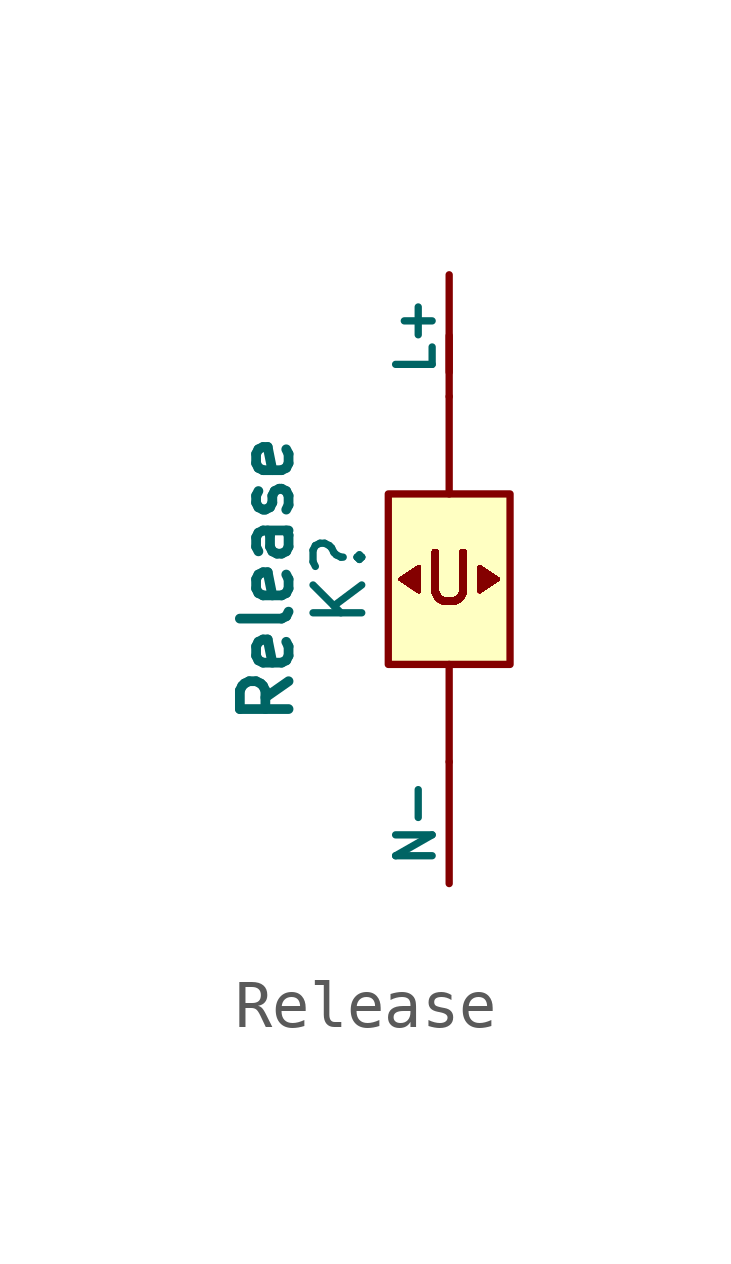
<source format=kicad_sym>
(kicad_symbol_lib
  (version 20231120)
  (generator "kicad_symbol_editor")
  (generator_version "8.0")
  (symbol "Release"
    (pin_numbers hide)
    (pin_names
      (offset 0))
    (property "Reference" "K"
      (at -2.286 0 90)
      (effects (font (size 1.016 1.016))))
    (property "Value" "Release"
      (at -3.81 0 90)
      (effects (font (size 1.016 1.016) (bold yes))))
    (symbol "Release_0_1"
      (polyline (pts (xy 0 -3.81) (xy 0 -1.778)) (stroke (width 0) (type solid)) (fill (type none)))
      (polyline (pts (xy 0 3.81) (xy 0 1.778)) (stroke (width 0) (type solid)) (fill (type none)))
      (polyline (pts (xy 0 5.08) (xy 0 4.318)) (stroke (width 0) (type solid)) (fill (type none))))
    (symbol "Release_1_1"
      (rectangle (start -1.27 1.778) (end 1.27 -1.778) (stroke (width 0) (type solid)) (fill (type background)))
      (polyline (pts (xy -0.635 -0.254) (xy -1.016 0) (xy -0.635 0.254) (xy -0.635 -0.254)) (stroke (width 0.076) (type solid)) (fill (type outline)))
      (polyline (pts (xy -0.635 -0.254) (xy -1.016 0) (xy -0.635 0.254) (xy -0.635 -0.254)) (stroke (width 0.076) (type solid)) (fill (type outline)))
      (polyline (pts (xy -0.635 -0.254) (xy -1.016 0) (xy -0.635 0.254) (xy -0.635 -0.254)) (stroke (width 0.076) (type solid)) (fill (type outline)))
      (polyline (pts (xy -0.635 -0.254) (xy -1.016 0) (xy -0.635 0.254) (xy -0.635 -0.254)) (stroke (width 0.076) (type solid)) (fill (type outline)))
      (polyline (pts (xy -0.635 -0.254) (xy -1.016 0) (xy -0.635 0.254) (xy -0.635 -0.254)) (stroke (width 0.076) (type solid)) (fill (type outline)))
      (polyline (pts (xy -0.635 -0.254) (xy -1.016 0) (xy -0.635 0.254) (xy -0.635 -0.254)) (stroke (width 0.076) (type solid)) (fill (type outline)))
      (polyline (pts (xy -0.635 -0.254) (xy -1.016 0) (xy -0.635 0.254) (xy -0.635 -0.254)) (stroke (width 0.076) (type solid)) (fill (type outline)))
      (polyline (pts (xy -0.635 -0.254) (xy -1.016 0) (xy -0.635 0.254) (xy -0.635 -0.254)) (stroke (width 0.076) (type solid)) (fill (type outline)))
      (polyline (pts (xy -0.635 -0.254) (xy -1.016 0) (xy -0.635 0.254) (xy -0.635 -0.254)) (stroke (width 0.076) (type solid)) (fill (type outline)))
      (polyline (pts (xy -0.635 -0.254) (xy -1.016 0) (xy -0.635 0.254) (xy -0.635 -0.254)) (stroke (width 0.076) (type solid)) (fill (type outline)))
      (polyline (pts (xy -0.635 -0.254) (xy -1.016 0) (xy -0.635 0.254) (xy -0.635 -0.254)) (stroke (width 0.076) (type solid)) (fill (type outline)))
      (polyline (pts (xy -0.635 -0.254) (xy -1.016 0) (xy -0.635 0.254) (xy -0.635 -0.254)) (stroke (width 0.076) (type solid)) (fill (type outline)))
      (polyline (pts (xy -0.635 -0.254) (xy -1.016 0) (xy -0.635 0.254) (xy -0.635 -0.254)) (stroke (width 0.076) (type solid)) (fill (type outline)))
      (polyline (pts (xy -0.635 -0.254) (xy -1.016 0) (xy -0.635 0.254) (xy -0.635 -0.254)) (stroke (width 0.076) (type solid)) (fill (type outline)))
      (polyline (pts (xy -0.635 -0.254) (xy -1.016 0) (xy -0.635 0.254) (xy -0.635 -0.254)) (stroke (width 0.076) (type solid)) (fill (type outline)))
      (polyline (pts (xy -0.635 -0.254) (xy -1.016 0) (xy -0.635 0.254) (xy -0.635 -0.254)) (stroke (width 0.076) (type solid)) (fill (type outline)))
      (polyline (pts (xy -0.635 -0.254) (xy -1.016 0) (xy -0.635 0.254) (xy -0.635 -0.254)) (stroke (width 0.076) (type solid)) (fill (type outline)))
      (polyline (pts (xy -0.635 -0.254) (xy -1.016 0) (xy -0.635 0.254) (xy -0.635 -0.254)) (stroke (width 0.076) (type solid)) (fill (type outline)))
      (polyline (pts (xy -0.635 -0.254) (xy -1.016 0) (xy -0.635 0.254) (xy -0.635 -0.254)) (stroke (width 0.076) (type solid)) (fill (type outline)))
      (polyline (pts (xy -0.635 -0.254) (xy -1.016 0) (xy -0.635 0.254) (xy -0.635 -0.254)) (stroke (width 0.076) (type solid)) (fill (type outline)))
      (polyline (pts (xy -0.635 -0.254) (xy -1.016 0) (xy -0.635 0.254) (xy -0.635 -0.254)) (stroke (width 0.076) (type solid)) (fill (type outline)))
      (polyline (pts (xy -0.635 -0.254) (xy -1.016 0) (xy -0.635 0.254) (xy -0.635 -0.254)) (stroke (width 0.076) (type solid)) (fill (type outline)))
      (polyline (pts (xy -0.635 -0.254) (xy -1.016 0) (xy -0.635 0.254) (xy -0.635 -0.254)) (stroke (width 0.076) (type solid)) (fill (type outline)))
      (polyline (pts (xy -0.635 -0.254) (xy -1.016 0) (xy -0.635 0.254) (xy -0.635 -0.254)) (stroke (width 0.076) (type solid)) (fill (type outline)))
      (polyline (pts (xy -0.635 -0.254) (xy -1.016 0) (xy -0.635 0.254) (xy -0.635 -0.254)) (stroke (width 0.076) (type solid)) (fill (type outline)))
      (polyline (pts (xy -0.635 -0.254) (xy -1.016 0) (xy -0.635 0.254) (xy -0.635 -0.254)) (stroke (width 0.076) (type solid)) (fill (type outline)))
      (polyline (pts (xy -0.635 -0.254) (xy -1.016 0) (xy -0.635 0.254) (xy -0.635 -0.254)) (stroke (width 0.076) (type solid)) (fill (type outline)))
      (polyline (pts (xy -0.635 -0.254) (xy -1.016 0) (xy -0.635 0.254) (xy -0.635 -0.254)) (stroke (width 0.076) (type solid)) (fill (type outline)))
      (polyline (pts (xy -0.635 -0.254) (xy -1.016 0) (xy -0.635 0.254) (xy -0.635 -0.254)) (stroke (width 0.076) (type solid)) (fill (type outline)))
      (polyline (pts (xy -0.635 -0.254) (xy -1.016 0) (xy -0.635 0.254) (xy -0.635 -0.254)) (stroke (width 0.076) (type solid)) (fill (type outline)))
      (polyline (pts (xy -0.635 -0.254) (xy -1.016 0) (xy -0.635 0.254) (xy -0.635 -0.254)) (stroke (width 0.076) (type solid)) (fill (type outline)))
      (polyline (pts (xy -0.635 -0.254) (xy -1.016 0) (xy -0.635 0.254) (xy -0.635 -0.254)) (stroke (width 0.076) (type solid)) (fill (type outline)))
      (polyline (pts (xy -0.635 -0.254) (xy -1.016 0) (xy -0.635 0.254) (xy -0.635 -0.254)) (stroke (width 0.076) (type solid)) (fill (type outline)))
      (polyline (pts (xy -0.635 -0.254) (xy -1.016 0) (xy -0.635 0.254) (xy -0.635 -0.254)) (stroke (width 0.076) (type solid)) (fill (type outline)))
      (polyline (pts (xy -0.635 -0.254) (xy -1.016 0) (xy -0.635 0.254) (xy -0.635 -0.254)) (stroke (width 0.076) (type solid)) (fill (type outline)))
      (polyline (pts (xy -0.635 -0.254) (xy -1.016 0) (xy -0.635 0.254) (xy -0.635 -0.254)) (stroke (width 0.076) (type solid)) (fill (type outline)))
      (polyline (pts (xy -0.635 -0.254) (xy -1.016 0) (xy -0.635 0.254) (xy -0.635 -0.254)) (stroke (width 0.076) (type solid)) (fill (type outline)))
      (polyline (pts (xy -0.635 -0.254) (xy -1.016 0) (xy -0.635 0.254) (xy -0.635 -0.254)) (stroke (width 0.076) (type solid)) (fill (type outline)))
      (polyline (pts (xy -0.635 -0.254) (xy -1.016 0) (xy -0.635 0.254) (xy -0.635 -0.254)) (stroke (width 0.076) (type solid)) (fill (type outline)))
      (polyline (pts (xy -0.635 -0.254) (xy -1.016 0) (xy -0.635 0.254) (xy -0.635 -0.254)) (stroke (width 0.076) (type solid)) (fill (type outline)))
      (polyline (pts (xy -0.635 -0.254) (xy -1.016 0) (xy -0.635 0.254) (xy -0.635 -0.254)) (stroke (width 0.076) (type solid)) (fill (type outline)))
      (polyline (pts (xy -0.635 -0.254) (xy -1.016 0) (xy -0.635 0.254) (xy -0.635 -0.254)) (stroke (width 0.076) (type solid)) (fill (type outline)))
      (polyline (pts (xy -0.635 -0.254) (xy -1.016 0) (xy -0.635 0.254) (xy -0.635 -0.254)) (stroke (width 0.076) (type solid)) (fill (type outline)))
      (polyline (pts (xy -0.635 -0.254) (xy -1.016 0) (xy -0.635 0.254) (xy -0.635 -0.254)) (stroke (width 0.076) (type solid)) (fill (type outline)))
      (polyline (pts (xy -0.635 -0.254) (xy -1.016 0) (xy -0.635 0.254) (xy -0.635 -0.254)) (stroke (width 0.076) (type solid)) (fill (type outline)))
      (polyline (pts (xy -0.635 -0.254) (xy -1.016 0) (xy -0.635 0.254) (xy -0.635 -0.254)) (stroke (width 0.076) (type solid)) (fill (type outline)))
      (polyline (pts (xy -0.635 -0.254) (xy -1.016 0) (xy -0.635 0.254) (xy -0.635 -0.254)) (stroke (width 0.076) (type solid)) (fill (type outline)))
      (polyline (pts (xy -0.635 -0.254) (xy -1.016 0) (xy -0.635 0.254) (xy -0.635 -0.254)) (stroke (width 0.076) (type solid)) (fill (type outline)))
      (polyline (pts (xy -0.635 -0.254) (xy -1.016 0) (xy -0.635 0.254) (xy -0.635 -0.254)) (stroke (width 0.076) (type solid)) (fill (type outline)))
      (polyline (pts (xy -0.635 -0.254) (xy -1.016 0) (xy -0.635 0.254) (xy -0.635 -0.254)) (stroke (width 0.076) (type solid)) (fill (type outline)))
      (polyline (pts (xy -0.635 -0.254) (xy -1.016 0) (xy -0.635 0.254) (xy -0.635 -0.254)) (stroke (width 0.076) (type solid)) (fill (type outline)))
      (polyline (pts (xy -0.635 -0.254) (xy -1.016 0) (xy -0.635 0.254) (xy -0.635 -0.254)) (stroke (width 0.076) (type solid)) (fill (type outline)))
      (polyline (pts (xy -0.635 -0.254) (xy -1.016 0) (xy -0.635 0.254) (xy -0.635 -0.254)) (stroke (width 0.076) (type solid)) (fill (type outline)))
      (polyline (pts (xy -0.635 -0.254) (xy -1.016 0) (xy -0.635 0.254) (xy -0.635 -0.254)) (stroke (width 0.076) (type solid)) (fill (type outline)))
      (polyline (pts (xy -0.635 -0.254) (xy -1.016 0) (xy -0.635 0.254) (xy -0.635 -0.254)) (stroke (width 0.076) (type solid)) (fill (type outline)))
      (polyline (pts (xy -0.635 -0.254) (xy -1.016 0) (xy -0.635 0.254) (xy -0.635 -0.254)) (stroke (width 0.076) (type solid)) (fill (type outline)))
      (polyline (pts (xy -0.635 -0.254) (xy -1.016 0) (xy -0.635 0.254) (xy -0.635 -0.254)) (stroke (width 0.076) (type solid)) (fill (type outline)))
      (polyline (pts (xy -0.635 -0.254) (xy -1.016 0) (xy -0.635 0.254) (xy -0.635 -0.254)) (stroke (width 0.076) (type solid)) (fill (type outline)))
      (polyline (pts (xy -0.635 -0.254) (xy -1.016 0) (xy -0.635 0.254) (xy -0.635 -0.254)) (stroke (width 0.076) (type solid)) (fill (type outline)))
      (polyline (pts (xy -0.635 -0.254) (xy -1.016 0) (xy -0.635 0.254) (xy -0.635 -0.254)) (stroke (width 0.076) (type solid)) (fill (type outline)))
      (polyline (pts (xy -0.635 -0.254) (xy -1.016 0) (xy -0.635 0.254) (xy -0.635 -0.254)) (stroke (width 0.076) (type solid)) (fill (type outline)))
      (polyline (pts (xy -0.635 -0.254) (xy -1.016 0) (xy -0.635 0.254) (xy -0.635 -0.254)) (stroke (width 0.076) (type solid)) (fill (type outline)))
      (polyline (pts (xy -0.635 -0.254) (xy -1.016 0) (xy -0.635 0.254) (xy -0.635 -0.254)) (stroke (width 0.076) (type solid)) (fill (type outline)))
      (polyline (pts (xy -0.635 -0.254) (xy -1.016 0) (xy -0.635 0.254) (xy -0.635 -0.254)) (stroke (width 0.076) (type solid)) (fill (type outline)))
      (polyline (pts (xy -0.635 -0.254) (xy -1.016 0) (xy -0.635 0.254) (xy -0.635 -0.254)) (stroke (width 0.076) (type solid)) (fill (type outline)))
      (polyline (pts (xy -0.635 -0.254) (xy -1.016 0) (xy -0.635 0.254) (xy -0.635 -0.254)) (stroke (width 0.076) (type solid)) (fill (type outline)))
      (polyline (pts (xy -0.635 -0.254) (xy -1.016 0) (xy -0.635 0.254) (xy -0.635 -0.254)) (stroke (width 0.076) (type solid)) (fill (type outline)))
      (polyline (pts (xy -0.635 -0.254) (xy -1.016 0) (xy -0.635 0.254) (xy -0.635 -0.254)) (stroke (width 0.076) (type solid)) (fill (type outline)))
      (polyline (pts (xy -0.635 -0.254) (xy -1.016 0) (xy -0.635 0.254) (xy -0.635 -0.254)) (stroke (width 0.076) (type solid)) (fill (type outline)))
      (polyline (pts (xy -0.635 -0.254) (xy -1.016 0) (xy -0.635 0.254) (xy -0.635 -0.254)) (stroke (width 0.076) (type solid)) (fill (type outline)))
      (polyline (pts (xy -0.635 -0.254) (xy -1.016 0) (xy -0.635 0.254) (xy -0.635 -0.254)) (stroke (width 0.076) (type solid)) (fill (type outline)))
      (polyline (pts (xy -0.635 -0.254) (xy -1.016 0) (xy -0.635 0.254) (xy -0.635 -0.254)) (stroke (width 0.076) (type solid)) (fill (type outline)))
      (polyline (pts (xy -0.635 -0.254) (xy -1.016 0) (xy -0.635 0.254) (xy -0.635 -0.254)) (stroke (width 0.076) (type solid)) (fill (type outline)))
      (polyline (pts (xy -0.635 -0.254) (xy -1.016 0) (xy -0.635 0.254) (xy -0.635 -0.254)) (stroke (width 0.076) (type solid)) (fill (type outline)))
      (polyline (pts (xy -0.635 -0.254) (xy -1.016 0) (xy -0.635 0.254) (xy -0.635 -0.254)) (stroke (width 0.076) (type solid)) (fill (type outline)))
      (polyline (pts (xy -0.635 -0.254) (xy -1.016 0) (xy -0.635 0.254) (xy -0.635 -0.254)) (stroke (width 0.076) (type solid)) (fill (type outline)))
      (polyline (pts (xy -0.635 -0.254) (xy -1.016 0) (xy -0.635 0.254) (xy -0.635 -0.254)) (stroke (width 0.076) (type solid)) (fill (type outline)))
      (polyline (pts (xy -0.635 -0.254) (xy -1.016 0) (xy -0.635 0.254) (xy -0.635 -0.254)) (stroke (width 0.076) (type solid)) (fill (type outline)))
      (polyline (pts (xy -0.635 -0.254) (xy -1.016 0) (xy -0.635 0.254) (xy -0.635 -0.254)) (stroke (width 0.076) (type solid)) (fill (type outline)))
      (polyline (pts (xy -0.635 -0.254) (xy -1.016 0) (xy -0.635 0.254) (xy -0.635 -0.254)) (stroke (width 0.076) (type solid)) (fill (type outline)))
      (polyline (pts (xy -0.635 -0.254) (xy -1.016 0) (xy -0.635 0.254) (xy -0.635 -0.254)) (stroke (width 0.076) (type solid)) (fill (type outline)))
      (polyline (pts (xy -0.635 -0.254) (xy -1.016 0) (xy -0.635 0.254) (xy -0.635 -0.254)) (stroke (width 0.076) (type solid)) (fill (type outline)))
      (polyline (pts (xy -0.635 -0.254) (xy -1.016 0) (xy -0.635 0.254) (xy -0.635 -0.254)) (stroke (width 0.076) (type solid)) (fill (type outline)))
      (polyline (pts (xy -0.635 -0.254) (xy -1.016 0) (xy -0.635 0.254) (xy -0.635 -0.254)) (stroke (width 0.076) (type solid)) (fill (type outline)))
      (polyline (pts (xy -0.635 -0.254) (xy -1.016 0) (xy -0.635 0.254) (xy -0.635 -0.254)) (stroke (width 0.076) (type solid)) (fill (type outline)))
      (polyline (pts (xy -0.635 -0.254) (xy -1.016 0) (xy -0.635 0.254) (xy -0.635 -0.254)) (stroke (width 0.076) (type solid)) (fill (type outline)))
      (polyline (pts (xy -0.635 -0.254) (xy -1.016 0) (xy -0.635 0.254) (xy -0.635 -0.254)) (stroke (width 0.076) (type solid)) (fill (type outline)))
      (polyline (pts (xy -0.635 -0.254) (xy -1.016 0) (xy -0.635 0.254) (xy -0.635 -0.254)) (stroke (width 0.076) (type solid)) (fill (type outline)))
      (polyline (pts (xy -0.635 -0.254) (xy -1.016 0) (xy -0.635 0.254) (xy -0.635 -0.254)) (stroke (width 0.076) (type solid)) (fill (type outline)))
      (polyline (pts (xy -0.635 -0.254) (xy -1.016 0) (xy -0.635 0.254) (xy -0.635 -0.254)) (stroke (width 0.076) (type solid)) (fill (type outline)))
      (polyline (pts (xy -0.635 -0.254) (xy -1.016 0) (xy -0.635 0.254) (xy -0.635 -0.254)) (stroke (width 0.076) (type solid)) (fill (type outline)))
      (polyline (pts (xy -0.635 -0.254) (xy -1.016 0) (xy -0.635 0.254) (xy -0.635 -0.254)) (stroke (width 0.076) (type solid)) (fill (type outline)))
      (polyline (pts (xy -0.635 -0.254) (xy -1.016 0) (xy -0.635 0.254) (xy -0.635 -0.254)) (stroke (width 0.076) (type solid)) (fill (type outline)))
      (polyline (pts (xy -0.635 -0.254) (xy -1.016 0) (xy -0.635 0.254) (xy -0.635 -0.254)) (stroke (width 0.076) (type solid)) (fill (type outline)))
      (polyline (pts (xy -0.635 -0.254) (xy -1.016 0) (xy -0.635 0.254) (xy -0.635 -0.254)) (stroke (width 0.076) (type solid)) (fill (type outline)))
      (polyline (pts (xy -0.635 -0.254) (xy -1.016 0) (xy -0.635 0.254) (xy -0.635 -0.254)) (stroke (width 0.076) (type solid)) (fill (type outline)))
      (polyline (pts (xy -0.635 -0.254) (xy -1.016 0) (xy -0.635 0.254) (xy -0.635 -0.254)) (stroke (width 0.076) (type solid)) (fill (type outline)))
      (polyline (pts (xy -0.635 -0.254) (xy -1.016 0) (xy -0.635 0.254) (xy -0.635 -0.254)) (stroke (width 0.076) (type solid)) (fill (type outline)))
      (polyline (pts (xy -0.635 -0.254) (xy -1.016 0) (xy -0.635 0.254) (xy -0.635 -0.254)) (stroke (width 0.076) (type solid)) (fill (type outline)))
      (polyline (pts (xy -0.635 -0.254) (xy -1.016 0) (xy -0.635 0.254) (xy -0.635 -0.254)) (stroke (width 0.076) (type solid)) (fill (type outline)))
      (polyline (pts (xy -0.635 -0.254) (xy -1.016 0) (xy -0.635 0.254) (xy -0.635 -0.254)) (stroke (width 0.076) (type solid)) (fill (type outline)))
      (polyline (pts (xy -0.635 -0.254) (xy -1.016 0) (xy -0.635 0.254) (xy -0.635 -0.254)) (stroke (width 0.076) (type solid)) (fill (type outline)))
      (polyline (pts (xy -0.635 -0.254) (xy -1.016 0) (xy -0.635 0.254) (xy -0.635 -0.254)) (stroke (width 0.076) (type solid)) (fill (type outline)))
      (polyline (pts (xy -0.635 -0.254) (xy -1.016 0) (xy -0.635 0.254) (xy -0.635 -0.254)) (stroke (width 0.076) (type solid)) (fill (type outline)))
      (polyline (pts (xy -0.635 -0.254) (xy -1.016 0) (xy -0.635 0.254) (xy -0.635 -0.254)) (stroke (width 0.076) (type solid)) (fill (type outline)))
      (polyline (pts (xy -0.635 -0.254) (xy -1.016 0) (xy -0.635 0.254) (xy -0.635 -0.254)) (stroke (width 0.076) (type solid)) (fill (type outline)))
      (polyline (pts (xy -0.635 -0.254) (xy -1.016 0) (xy -0.635 0.254) (xy -0.635 -0.254)) (stroke (width 0.076) (type solid)) (fill (type outline)))
      (polyline (pts (xy -0.635 -0.254) (xy -1.016 0) (xy -0.635 0.254) (xy -0.635 -0.254)) (stroke (width 0.076) (type solid)) (fill (type outline)))
      (polyline (pts (xy -0.635 -0.254) (xy -1.016 0) (xy -0.635 0.254) (xy -0.635 -0.254)) (stroke (width 0.076) (type solid)) (fill (type outline)))
      (polyline (pts (xy -0.635 -0.254) (xy -1.016 0) (xy -0.635 0.254) (xy -0.635 -0.254)) (stroke (width 0.076) (type solid)) (fill (type outline)))
      (polyline (pts (xy -0.635 -0.254) (xy -1.016 0) (xy -0.635 0.254) (xy -0.635 -0.254)) (stroke (width 0.076) (type solid)) (fill (type outline)))
      (polyline (pts (xy -0.635 -0.254) (xy -1.016 0) (xy -0.635 0.254) (xy -0.635 -0.254)) (stroke (width 0.076) (type solid)) (fill (type outline)))
      (polyline (pts (xy -0.635 -0.254) (xy -1.016 0) (xy -0.635 0.254) (xy -0.635 -0.254)) (stroke (width 0.076) (type solid)) (fill (type outline)))
      (polyline (pts (xy -0.635 -0.254) (xy -1.016 0) (xy -0.635 0.254) (xy -0.635 -0.254)) (stroke (width 0.076) (type solid)) (fill (type outline)))
      (polyline (pts (xy -0.635 -0.254) (xy -1.016 0) (xy -0.635 0.254) (xy -0.635 -0.254)) (stroke (width 0.076) (type solid)) (fill (type outline)))
      (polyline (pts (xy -0.635 -0.254) (xy -1.016 0) (xy -0.635 0.254) (xy -0.635 -0.254)) (stroke (width 0.076) (type solid)) (fill (type outline)))
      (polyline (pts (xy -0.635 -0.254) (xy -1.016 0) (xy -0.635 0.254) (xy -0.635 -0.254)) (stroke (width 0.076) (type solid)) (fill (type outline)))
      (polyline (pts (xy -0.635 -0.254) (xy -1.016 0) (xy -0.635 0.254) (xy -0.635 -0.254)) (stroke (width 0.076) (type solid)) (fill (type outline)))
      (polyline (pts (xy -0.635 -0.254) (xy -1.016 0) (xy -0.635 0.254) (xy -0.635 -0.254)) (stroke (width 0.076) (type solid)) (fill (type outline)))
      (polyline (pts (xy -0.635 -0.254) (xy -1.016 0) (xy -0.635 0.254) (xy -0.635 -0.254)) (stroke (width 0.076) (type solid)) (fill (type outline)))
      (polyline (pts (xy -0.635 -0.254) (xy -1.016 0) (xy -0.635 0.254) (xy -0.635 -0.254)) (stroke (width 0.076) (type solid)) (fill (type outline)))
      (polyline (pts (xy -0.635 -0.254) (xy -1.016 0) (xy -0.635 0.254) (xy -0.635 -0.254)) (stroke (width 0.076) (type solid)) (fill (type outline)))
      (polyline (pts (xy -0.635 -0.254) (xy -1.016 0) (xy -0.635 0.254) (xy -0.635 -0.254)) (stroke (width 0.076) (type solid)) (fill (type outline)))
      (polyline (pts (xy -0.635 -0.254) (xy -1.016 0) (xy -0.635 0.254) (xy -0.635 -0.254)) (stroke (width 0.076) (type solid)) (fill (type outline)))
      (polyline (pts (xy -0.635 -0.254) (xy -1.016 0) (xy -0.635 0.254) (xy -0.635 -0.254)) (stroke (width 0.076) (type solid)) (fill (type outline)))
      (polyline (pts (xy -0.635 -0.254) (xy -1.016 0) (xy -0.635 0.254) (xy -0.635 -0.254)) (stroke (width 0.076) (type solid)) (fill (type outline)))
      (polyline (pts (xy -0.635 -0.254) (xy -1.016 0) (xy -0.635 0.254) (xy -0.635 -0.254)) (stroke (width 0.076) (type solid)) (fill (type outline)))
      (polyline (pts (xy -0.635 -0.254) (xy -1.016 0) (xy -0.635 0.254) (xy -0.635 -0.254)) (stroke (width 0.076) (type solid)) (fill (type outline)))
      (polyline (pts (xy -0.635 -0.254) (xy -1.016 0) (xy -0.635 0.254) (xy -0.635 -0.254)) (stroke (width 0.076) (type solid)) (fill (type outline)))
      (polyline (pts (xy -0.635 -0.254) (xy -1.016 0) (xy -0.635 0.254) (xy -0.635 -0.254)) (stroke (width 0.076) (type solid)) (fill (type outline)))
      (polyline (pts (xy -0.635 -0.254) (xy -1.016 0) (xy -0.635 0.254) (xy -0.635 -0.254)) (stroke (width 0.076) (type solid)) (fill (type outline)))
      (polyline (pts (xy -0.635 -0.254) (xy -1.016 0) (xy -0.635 0.254) (xy -0.635 -0.254)) (stroke (width 0.076) (type solid)) (fill (type outline)))
      (polyline (pts (xy -0.635 -0.254) (xy -1.016 0) (xy -0.635 0.254) (xy -0.635 -0.254)) (stroke (width 0.076) (type solid)) (fill (type outline)))
      (polyline (pts (xy -0.635 -0.254) (xy -1.016 0) (xy -0.635 0.254) (xy -0.635 -0.254)) (stroke (width 0.076) (type solid)) (fill (type outline)))
      (polyline (pts (xy -0.635 -0.254) (xy -1.016 0) (xy -0.635 0.254) (xy -0.635 -0.254)) (stroke (width 0.076) (type solid)) (fill (type outline)))
      (polyline (pts (xy -0.635 -0.254) (xy -1.016 0) (xy -0.635 0.254) (xy -0.635 -0.254)) (stroke (width 0.076) (type solid)) (fill (type outline)))
      (polyline (pts (xy -0.635 -0.254) (xy -1.016 0) (xy -0.635 0.254) (xy -0.635 -0.254)) (stroke (width 0.076) (type solid)) (fill (type outline)))
      (polyline (pts (xy -0.635 -0.254) (xy -1.016 0) (xy -0.635 0.254) (xy -0.635 -0.254)) (stroke (width 0.076) (type solid)) (fill (type outline)))
      (polyline (pts (xy -0.635 -0.254) (xy -1.016 0) (xy -0.635 0.254) (xy -0.635 -0.254)) (stroke (width 0.076) (type solid)) (fill (type outline)))
      (polyline (pts (xy -0.635 -0.254) (xy -1.016 0) (xy -0.635 0.254) (xy -0.635 -0.254)) (stroke (width 0.076) (type solid)) (fill (type outline)))
      (polyline (pts (xy -0.635 -0.254) (xy -1.016 0) (xy -0.635 0.254) (xy -0.635 -0.254)) (stroke (width 0.076) (type solid)) (fill (type outline)))
      (polyline (pts (xy -0.635 -0.254) (xy -1.016 0) (xy -0.635 0.254) (xy -0.635 -0.254)) (stroke (width 0.076) (type solid)) (fill (type outline)))
      (polyline (pts (xy -0.635 -0.254) (xy -1.016 0) (xy -0.635 0.254) (xy -0.635 -0.254)) (stroke (width 0.076) (type solid)) (fill (type outline)))
      (polyline (pts (xy -0.635 -0.254) (xy -1.016 0) (xy -0.635 0.254) (xy -0.635 -0.254)) (stroke (width 0.076) (type solid)) (fill (type outline)))
      (polyline (pts (xy -0.635 -0.254) (xy -1.016 0) (xy -0.635 0.254) (xy -0.635 -0.254)) (stroke (width 0.076) (type solid)) (fill (type outline)))
      (polyline (pts (xy -0.635 -0.254) (xy -1.016 0) (xy -0.635 0.254) (xy -0.635 -0.254)) (stroke (width 0.076) (type solid)) (fill (type outline)))
      (polyline (pts (xy -0.635 -0.254) (xy -1.016 0) (xy -0.635 0.254) (xy -0.635 -0.254)) (stroke (width 0.076) (type solid)) (fill (type outline)))
      (polyline (pts (xy -0.635 -0.254) (xy -1.016 0) (xy -0.635 0.254) (xy -0.635 -0.254)) (stroke (width 0.076) (type solid)) (fill (type outline)))
      (polyline (pts (xy -0.635 -0.254) (xy -1.016 0) (xy -0.635 0.254) (xy -0.635 -0.254)) (stroke (width 0.076) (type solid)) (fill (type outline)))
      (polyline (pts (xy -0.635 -0.254) (xy -1.016 0) (xy -0.635 0.254) (xy -0.635 -0.254)) (stroke (width 0.076) (type solid)) (fill (type outline)))
      (polyline (pts (xy -0.635 -0.254) (xy -1.016 0) (xy -0.635 0.254) (xy -0.635 -0.254)) (stroke (width 0.076) (type solid)) (fill (type outline)))
      (polyline (pts (xy -0.635 -0.254) (xy -1.016 0) (xy -0.635 0.254) (xy -0.635 -0.254)) (stroke (width 0.076) (type solid)) (fill (type outline)))
      (polyline (pts (xy -0.635 -0.254) (xy -1.016 0) (xy -0.635 0.254) (xy -0.635 -0.254)) (stroke (width 0.076) (type solid)) (fill (type outline)))
      (polyline (pts (xy -0.635 -0.254) (xy -1.016 0) (xy -0.635 0.254) (xy -0.635 -0.254)) (stroke (width 0.076) (type solid)) (fill (type outline)))
      (polyline (pts (xy -0.635 -0.254) (xy -1.016 0) (xy -0.635 0.254) (xy -0.635 -0.254)) (stroke (width 0.076) (type solid)) (fill (type outline)))
      (polyline (pts (xy -0.635 -0.254) (xy -1.016 0) (xy -0.635 0.254) (xy -0.635 -0.254)) (stroke (width 0.076) (type solid)) (fill (type outline)))
      (polyline (pts (xy -0.635 -0.254) (xy -1.016 0) (xy -0.635 0.254) (xy -0.635 -0.254)) (stroke (width 0.076) (type solid)) (fill (type outline)))
      (polyline (pts (xy -0.635 -0.254) (xy -1.016 0) (xy -0.635 0.254) (xy -0.635 -0.254)) (stroke (width 0.076) (type solid)) (fill (type outline)))
      (polyline (pts (xy -0.635 -0.254) (xy -1.016 0) (xy -0.635 0.254) (xy -0.635 -0.254)) (stroke (width 0.076) (type solid)) (fill (type outline)))
      (polyline (pts (xy -0.635 -0.254) (xy -1.016 0) (xy -0.635 0.254) (xy -0.635 -0.254)) (stroke (width 0.076) (type solid)) (fill (type outline)))
      (polyline (pts (xy -0.635 -0.254) (xy -1.016 0) (xy -0.635 0.254) (xy -0.635 -0.254)) (stroke (width 0.076) (type solid)) (fill (type outline)))
      (polyline (pts (xy -0.635 -0.254) (xy -1.016 0) (xy -0.635 0.254) (xy -0.635 -0.254)) (stroke (width 0.076) (type solid)) (fill (type outline)))
      (polyline (pts (xy -0.635 -0.254) (xy -1.016 0) (xy -0.635 0.254) (xy -0.635 -0.254)) (stroke (width 0.076) (type solid)) (fill (type outline)))
      (polyline (pts (xy -0.635 -0.254) (xy -1.016 0) (xy -0.635 0.254) (xy -0.635 -0.254)) (stroke (width 0.076) (type solid)) (fill (type outline)))
      (polyline (pts (xy -0.635 -0.254) (xy -1.016 0) (xy -0.635 0.254) (xy -0.635 -0.254)) (stroke (width 0.076) (type solid)) (fill (type outline)))
      (polyline (pts (xy -0.635 -0.254) (xy -1.016 0) (xy -0.635 0.254) (xy -0.635 -0.254)) (stroke (width 0.076) (type solid)) (fill (type outline)))
      (polyline (pts (xy -0.635 -0.254) (xy -1.016 0) (xy -0.635 0.254) (xy -0.635 -0.254)) (stroke (width 0.076) (type solid)) (fill (type outline)))
      (polyline (pts (xy -0.635 -0.254) (xy -1.016 0) (xy -0.635 0.254) (xy -0.635 -0.254)) (stroke (width 0.076) (type solid)) (fill (type outline)))
      (polyline (pts (xy -0.635 -0.254) (xy -1.016 0) (xy -0.635 0.254) (xy -0.635 -0.254)) (stroke (width 0.076) (type solid)) (fill (type outline)))
      (polyline (pts (xy -0.635 -0.254) (xy -1.016 0) (xy -0.635 0.254) (xy -0.635 -0.254)) (stroke (width 0.076) (type solid)) (fill (type outline)))
      (polyline (pts (xy -0.635 -0.254) (xy -1.016 0) (xy -0.635 0.254) (xy -0.635 -0.254)) (stroke (width 0.076) (type solid)) (fill (type outline)))
      (polyline (pts (xy -0.635 -0.254) (xy -1.016 0) (xy -0.635 0.254) (xy -0.635 -0.254)) (stroke (width 0.076) (type solid)) (fill (type outline)))
      (polyline (pts (xy -0.635 -0.254) (xy -1.016 0) (xy -0.635 0.254) (xy -0.635 -0.254)) (stroke (width 0.076) (type solid)) (fill (type outline)))
      (polyline (pts (xy -0.635 -0.254) (xy -1.016 0) (xy -0.635 0.254) (xy -0.635 -0.254)) (stroke (width 0.076) (type solid)) (fill (type outline)))
      (polyline (pts (xy -0.635 -0.254) (xy -1.016 0) (xy -0.635 0.254) (xy -0.635 -0.254)) (stroke (width 0.076) (type solid)) (fill (type outline)))
      (polyline (pts (xy -0.635 -0.254) (xy -1.016 0) (xy -0.635 0.254) (xy -0.635 -0.254)) (stroke (width 0.076) (type solid)) (fill (type outline)))
      (polyline (pts (xy -0.635 -0.254) (xy -1.016 0) (xy -0.635 0.254) (xy -0.635 -0.254)) (stroke (width 0.076) (type solid)) (fill (type outline)))
      (polyline (pts (xy -0.635 -0.254) (xy -1.016 0) (xy -0.635 0.254) (xy -0.635 -0.254)) (stroke (width 0.076) (type solid)) (fill (type outline)))
      (polyline (pts (xy -0.635 -0.254) (xy -1.016 0) (xy -0.635 0.254) (xy -0.635 -0.254)) (stroke (width 0.076) (type solid)) (fill (type outline)))
      (polyline (pts (xy -0.635 -0.254) (xy -1.016 0) (xy -0.635 0.254) (xy -0.635 -0.254)) (stroke (width 0.076) (type solid)) (fill (type outline)))
      (polyline (pts (xy -0.635 -0.254) (xy -1.016 0) (xy -0.635 0.254) (xy -0.635 -0.254)) (stroke (width 0.076) (type solid)) (fill (type outline)))
      (polyline (pts (xy -0.635 -0.254) (xy -1.016 0) (xy -0.635 0.254) (xy -0.635 -0.254)) (stroke (width 0.076) (type solid)) (fill (type outline)))
      (polyline (pts (xy -0.635 -0.254) (xy -1.016 0) (xy -0.635 0.254) (xy -0.635 -0.254)) (stroke (width 0.076) (type solid)) (fill (type outline)))
      (polyline (pts (xy -0.635 -0.254) (xy -1.016 0) (xy -0.635 0.254) (xy -0.635 -0.254)) (stroke (width 0.076) (type solid)) (fill (type outline)))
      (polyline (pts (xy -0.635 -0.254) (xy -1.016 0) (xy -0.635 0.254) (xy -0.635 -0.254)) (stroke (width 0.076) (type solid)) (fill (type outline)))
      (polyline (pts (xy -0.635 -0.254) (xy -1.016 0) (xy -0.635 0.254) (xy -0.635 -0.254)) (stroke (width 0.076) (type solid)) (fill (type outline)))
      (polyline (pts (xy -0.635 -0.254) (xy -1.016 0) (xy -0.635 0.254) (xy -0.635 -0.254)) (stroke (width 0.076) (type solid)) (fill (type outline)))
      (polyline (pts (xy -0.635 -0.254) (xy -1.016 0) (xy -0.635 0.254) (xy -0.635 -0.254)) (stroke (width 0.076) (type solid)) (fill (type outline)))
      (polyline (pts (xy -0.635 -0.254) (xy -1.016 0) (xy -0.635 0.254) (xy -0.635 -0.254)) (stroke (width 0.076) (type solid)) (fill (type outline)))
      (polyline (pts (xy -0.635 -0.254) (xy -1.016 0) (xy -0.635 0.254) (xy -0.635 -0.254)) (stroke (width 0.076) (type solid)) (fill (type outline)))
      (polyline (pts (xy -0.635 -0.254) (xy -1.016 0) (xy -0.635 0.254) (xy -0.635 -0.254)) (stroke (width 0.076) (type solid)) (fill (type outline)))
      (polyline (pts (xy -0.635 -0.254) (xy -1.016 0) (xy -0.635 0.254) (xy -0.635 -0.254)) (stroke (width 0.076) (type solid)) (fill (type outline)))
      (polyline (pts (xy -0.635 -0.254) (xy -1.016 0) (xy -0.635 0.254) (xy -0.635 -0.254)) (stroke (width 0.076) (type solid)) (fill (type outline)))
      (polyline (pts (xy -0.635 -0.254) (xy -1.016 0) (xy -0.635 0.254) (xy -0.635 -0.254)) (stroke (width 0.076) (type solid)) (fill (type outline)))
      (polyline (pts (xy -0.635 -0.254) (xy -1.016 0) (xy -0.635 0.254) (xy -0.635 -0.254)) (stroke (width 0.076) (type solid)) (fill (type outline)))
      (polyline (pts (xy -0.635 -0.254) (xy -1.016 0) (xy -0.635 0.254) (xy -0.635 -0.254)) (stroke (width 0.076) (type solid)) (fill (type outline)))
      (polyline (pts (xy -0.635 -0.254) (xy -1.016 0) (xy -0.635 0.254) (xy -0.635 -0.254)) (stroke (width 0.076) (type solid)) (fill (type outline)))
      (polyline (pts (xy -0.635 -0.254) (xy -1.016 0) (xy -0.635 0.254) (xy -0.635 -0.254)) (stroke (width 0.076) (type solid)) (fill (type outline)))
      (polyline (pts (xy -0.635 -0.254) (xy -1.016 0) (xy -0.635 0.254) (xy -0.635 -0.254)) (stroke (width 0.076) (type solid)) (fill (type outline)))
      (polyline (pts (xy -0.635 -0.254) (xy -1.016 0) (xy -0.635 0.254) (xy -0.635 -0.254)) (stroke (width 0.076) (type solid)) (fill (type outline)))
      (polyline (pts (xy -0.635 -0.254) (xy -1.016 0) (xy -0.635 0.254) (xy -0.635 -0.254)) (stroke (width 0.076) (type solid)) (fill (type outline)))
      (polyline (pts (xy -0.635 -0.254) (xy -1.016 0) (xy -0.635 0.254) (xy -0.635 -0.254)) (stroke (width 0.076) (type solid)) (fill (type outline)))
      (polyline (pts (xy -0.635 -0.254) (xy -1.016 0) (xy -0.635 0.254) (xy -0.635 -0.254)) (stroke (width 0.076) (type solid)) (fill (type outline)))
      (polyline (pts (xy -0.635 -0.254) (xy -1.016 0) (xy -0.635 0.254) (xy -0.635 -0.254)) (stroke (width 0.076) (type solid)) (fill (type outline)))
      (polyline (pts (xy -0.635 -0.254) (xy -1.016 0) (xy -0.635 0.254) (xy -0.635 -0.254)) (stroke (width 0.076) (type solid)) (fill (type outline)))
      (polyline (pts (xy -0.635 -0.254) (xy -1.016 0) (xy -0.635 0.254) (xy -0.635 -0.254)) (stroke (width 0.076) (type solid)) (fill (type outline)))
      (polyline (pts (xy -0.635 -0.254) (xy -1.016 0) (xy -0.635 0.254) (xy -0.635 -0.254)) (stroke (width 0.076) (type solid)) (fill (type outline)))
      (polyline (pts (xy -0.635 -0.254) (xy -1.016 0) (xy -0.635 0.254) (xy -0.635 -0.254)) (stroke (width 0.076) (type solid)) (fill (type outline)))
      (polyline (pts (xy -0.635 -0.254) (xy -1.016 0) (xy -0.635 0.254) (xy -0.635 -0.254)) (stroke (width 0.076) (type solid)) (fill (type outline)))
      (polyline (pts (xy -0.635 -0.254) (xy -1.016 0) (xy -0.635 0.254) (xy -0.635 -0.254)) (stroke (width 0.076) (type solid)) (fill (type outline)))
      (polyline (pts (xy -0.635 -0.254) (xy -1.016 0) (xy -0.635 0.254) (xy -0.635 -0.254)) (stroke (width 0.076) (type solid)) (fill (type outline)))
      (polyline (pts (xy -0.635 -0.254) (xy -1.016 0) (xy -0.635 0.254) (xy -0.635 -0.254)) (stroke (width 0.076) (type solid)) (fill (type outline)))
      (polyline (pts (xy -0.635 -0.254) (xy -1.016 0) (xy -0.635 0.254) (xy -0.635 -0.254)) (stroke (width 0.076) (type solid)) (fill (type outline)))
      (polyline (pts (xy -0.635 -0.254) (xy -1.016 0) (xy -0.635 0.254) (xy -0.635 -0.254)) (stroke (width 0.076) (type solid)) (fill (type outline)))
      (polyline (pts (xy -0.635 -0.254) (xy -1.016 0) (xy -0.635 0.254) (xy -0.635 -0.254)) (stroke (width 0.076) (type solid)) (fill (type outline)))
      (polyline (pts (xy -0.635 -0.254) (xy -1.016 0) (xy -0.635 0.254) (xy -0.635 -0.254)) (stroke (width 0.076) (type solid)) (fill (type outline)))
      (polyline (pts (xy -0.635 -0.254) (xy -1.016 0) (xy -0.635 0.254) (xy -0.635 -0.254)) (stroke (width 0.076) (type solid)) (fill (type outline)))
      (polyline (pts (xy -0.635 -0.254) (xy -1.016 0) (xy -0.635 0.254) (xy -0.635 -0.254)) (stroke (width 0.076) (type solid)) (fill (type outline)))
      (polyline (pts (xy -0.635 -0.254) (xy -1.016 0) (xy -0.635 0.254) (xy -0.635 -0.254)) (stroke (width 0.076) (type solid)) (fill (type outline)))
      (polyline (pts (xy -0.635 -0.254) (xy -1.016 0) (xy -0.635 0.254) (xy -0.635 -0.254)) (stroke (width 0.076) (type solid)) (fill (type outline)))
      (polyline (pts (xy -0.635 -0.254) (xy -1.016 0) (xy -0.635 0.254) (xy -0.635 -0.254)) (stroke (width 0.076) (type solid)) (fill (type outline)))
      (polyline (pts (xy -0.635 -0.254) (xy -1.016 0) (xy -0.635 0.254) (xy -0.635 -0.254)) (stroke (width 0.076) (type solid)) (fill (type outline)))
      (polyline (pts (xy -0.635 -0.254) (xy -1.016 0) (xy -0.635 0.254) (xy -0.635 -0.254)) (stroke (width 0.076) (type solid)) (fill (type outline)))
      (polyline (pts (xy -0.635 -0.254) (xy -1.016 0) (xy -0.635 0.254) (xy -0.635 -0.254)) (stroke (width 0.076) (type solid)) (fill (type outline)))
      (polyline (pts (xy -0.635 -0.254) (xy -1.016 0) (xy -0.635 0.254) (xy -0.635 -0.254)) (stroke (width 0.076) (type solid)) (fill (type outline)))
      (polyline (pts (xy -0.635 -0.254) (xy -1.016 0) (xy -0.635 0.254) (xy -0.635 -0.254)) (stroke (width 0.076) (type solid)) (fill (type outline)))
      (polyline (pts (xy -0.635 -0.254) (xy -1.016 0) (xy -0.635 0.254) (xy -0.635 -0.254)) (stroke (width 0.076) (type solid)) (fill (type outline)))
      (polyline (pts (xy -0.635 -0.254) (xy -1.016 0) (xy -0.635 0.254) (xy -0.635 -0.254)) (stroke (width 0.076) (type solid)) (fill (type outline)))
      (polyline (pts (xy -0.635 -0.254) (xy -1.016 0) (xy -0.635 0.254) (xy -0.635 -0.254)) (stroke (width 0.076) (type solid)) (fill (type outline)))
      (polyline (pts (xy -0.635 -0.254) (xy -1.016 0) (xy -0.635 0.254) (xy -0.635 -0.254)) (stroke (width 0.076) (type solid)) (fill (type outline)))
      (polyline (pts (xy -0.635 -0.254) (xy -1.016 0) (xy -0.635 0.254) (xy -0.635 -0.254)) (stroke (width 0.076) (type solid)) (fill (type outline)))
      (polyline (pts (xy -0.635 -0.254) (xy -1.016 0) (xy -0.635 0.254) (xy -0.635 -0.254)) (stroke (width 0.076) (type solid)) (fill (type outline)))
      (polyline (pts (xy -0.635 -0.254) (xy -1.016 0) (xy -0.635 0.254) (xy -0.635 -0.254)) (stroke (width 0.076) (type solid)) (fill (type outline)))
      (polyline (pts (xy -0.635 -0.254) (xy -1.016 0) (xy -0.635 0.254) (xy -0.635 -0.254)) (stroke (width 0.076) (type solid)) (fill (type outline)))
      (polyline (pts (xy -0.635 -0.254) (xy -1.016 0) (xy -0.635 0.254) (xy -0.635 -0.254)) (stroke (width 0.076) (type solid)) (fill (type outline)))
      (polyline (pts (xy -0.635 -0.254) (xy -1.016 0) (xy -0.635 0.254) (xy -0.635 -0.254)) (stroke (width 0.076) (type solid)) (fill (type outline)))
      (polyline (pts (xy -0.635 -0.254) (xy -1.016 0) (xy -0.635 0.254) (xy -0.635 -0.254)) (stroke (width 0.076) (type solid)) (fill (type outline)))
      (polyline (pts (xy -0.635 -0.254) (xy -1.016 0) (xy -0.635 0.254) (xy -0.635 -0.254)) (stroke (width 0.076) (type solid)) (fill (type outline)))
      (polyline (pts (xy -0.635 -0.254) (xy -1.016 0) (xy -0.635 0.254) (xy -0.635 -0.254)) (stroke (width 0.076) (type solid)) (fill (type outline)))
      (polyline (pts (xy -0.635 -0.254) (xy -1.016 0) (xy -0.635 0.254) (xy -0.635 -0.254)) (stroke (width 0.076) (type solid)) (fill (type outline)))
      (polyline (pts (xy -0.635 -0.254) (xy -1.016 0) (xy -0.635 0.254) (xy -0.635 -0.254)) (stroke (width 0.076) (type solid)) (fill (type outline)))
      (polyline (pts (xy -0.635 -0.254) (xy -1.016 0) (xy -0.635 0.254) (xy -0.635 -0.254)) (stroke (width 0.076) (type solid)) (fill (type outline)))
      (polyline (pts (xy -0.635 -0.254) (xy -1.016 0) (xy -0.635 0.254) (xy -0.635 -0.254)) (stroke (width 0.076) (type solid)) (fill (type outline)))
      (polyline (pts (xy -0.635 -0.254) (xy -1.016 0) (xy -0.635 0.254) (xy -0.635 -0.254)) (stroke (width 0.076) (type solid)) (fill (type outline)))
      (polyline (pts (xy -0.635 -0.254) (xy -1.016 0) (xy -0.635 0.254) (xy -0.635 -0.254)) (stroke (width 0.076) (type solid)) (fill (type outline)))
      (polyline (pts (xy -0.635 -0.254) (xy -1.016 0) (xy -0.635 0.254) (xy -0.635 -0.254)) (stroke (width 0.076) (type solid)) (fill (type outline)))
      (polyline (pts (xy -0.635 -0.254) (xy -1.016 0) (xy -0.635 0.254) (xy -0.635 -0.254)) (stroke (width 0.076) (type solid)) (fill (type outline)))
      (polyline (pts (xy -0.635 -0.254) (xy -1.016 0) (xy -0.635 0.254) (xy -0.635 -0.254)) (stroke (width 0.076) (type solid)) (fill (type outline)))
      (polyline (pts (xy -0.635 -0.254) (xy -1.016 0) (xy -0.635 0.254) (xy -0.635 -0.254)) (stroke (width 0.076) (type solid)) (fill (type outline)))
      (polyline (pts (xy -0.635 -0.254) (xy -1.016 0) (xy -0.635 0.254) (xy -0.635 -0.254)) (stroke (width 0.076) (type solid)) (fill (type outline)))
      (polyline (pts (xy -0.635 -0.254) (xy -1.016 0) (xy -0.635 0.254) (xy -0.635 -0.254)) (stroke (width 0.076) (type solid)) (fill (type outline)))
      (polyline (pts (xy -0.635 -0.254) (xy -1.016 0) (xy -0.635 0.254) (xy -0.635 -0.254)) (stroke (width 0.076) (type solid)) (fill (type outline)))
      (polyline (pts (xy -0.635 -0.254) (xy -1.016 0) (xy -0.635 0.254) (xy -0.635 -0.254)) (stroke (width 0.076) (type solid)) (fill (type outline)))
      (polyline (pts (xy -0.635 -0.254) (xy -1.016 0) (xy -0.635 0.254) (xy -0.635 -0.254)) (stroke (width 0.076) (type solid)) (fill (type outline)))
      (polyline (pts (xy -0.635 -0.254) (xy -1.016 0) (xy -0.635 0.254) (xy -0.635 -0.254)) (stroke (width 0.076) (type solid)) (fill (type outline)))
      (polyline (pts (xy -0.635 -0.254) (xy -1.016 0) (xy -0.635 0.254) (xy -0.635 -0.254)) (stroke (width 0.076) (type solid)) (fill (type outline)))
      (polyline (pts (xy 0.635 0.254) (xy 1.016 0) (xy 0.635 -0.254) (xy 0.635 0.254)) (stroke (width 0.076) (type solid)) (fill (type outline)))
      (polyline (pts (xy 0.635 0.254) (xy 1.016 0) (xy 0.635 -0.254) (xy 0.635 0.254)) (stroke (width 0.076) (type solid)) (fill (type outline)))
      (polyline (pts (xy 0.635 0.254) (xy 1.016 0) (xy 0.635 -0.254) (xy 0.635 0.254)) (stroke (width 0.076) (type solid)) (fill (type outline)))
      (polyline (pts (xy 0.635 0.254) (xy 1.016 0) (xy 0.635 -0.254) (xy 0.635 0.254)) (stroke (width 0.076) (type solid)) (fill (type outline)))
      (polyline (pts (xy 0.635 0.254) (xy 1.016 0) (xy 0.635 -0.254) (xy 0.635 0.254)) (stroke (width 0.076) (type solid)) (fill (type outline)))
      (polyline (pts (xy 0.635 0.254) (xy 1.016 0) (xy 0.635 -0.254) (xy 0.635 0.254)) (stroke (width 0.076) (type solid)) (fill (type outline)))
      (polyline (pts (xy 0.635 0.254) (xy 1.016 0) (xy 0.635 -0.254) (xy 0.635 0.254)) (stroke (width 0.076) (type solid)) (fill (type outline)))
      (polyline (pts (xy 0.635 0.254) (xy 1.016 0) (xy 0.635 -0.254) (xy 0.635 0.254)) (stroke (width 0.076) (type solid)) (fill (type outline)))
      (polyline (pts (xy 0.635 0.254) (xy 1.016 0) (xy 0.635 -0.254) (xy 0.635 0.254)) (stroke (width 0.076) (type solid)) (fill (type outline)))
      (polyline (pts (xy 0.635 0.254) (xy 1.016 0) (xy 0.635 -0.254) (xy 0.635 0.254)) (stroke (width 0.076) (type solid)) (fill (type outline)))
      (polyline (pts (xy 0.635 0.254) (xy 1.016 0) (xy 0.635 -0.254) (xy 0.635 0.254)) (stroke (width 0.076) (type solid)) (fill (type outline)))
      (polyline (pts (xy 0.635 0.254) (xy 1.016 0) (xy 0.635 -0.254) (xy 0.635 0.254)) (stroke (width 0.076) (type solid)) (fill (type outline)))
      (polyline (pts (xy 0.635 0.254) (xy 1.016 0) (xy 0.635 -0.254) (xy 0.635 0.254)) (stroke (width 0.076) (type solid)) (fill (type outline)))
      (polyline (pts (xy 0.635 0.254) (xy 1.016 0) (xy 0.635 -0.254) (xy 0.635 0.254)) (stroke (width 0.076) (type solid)) (fill (type outline)))
      (polyline (pts (xy 0.635 0.254) (xy 1.016 0) (xy 0.635 -0.254) (xy 0.635 0.254)) (stroke (width 0.076) (type solid)) (fill (type outline)))
      (polyline (pts (xy 0.635 0.254) (xy 1.016 0) (xy 0.635 -0.254) (xy 0.635 0.254)) (stroke (width 0.076) (type solid)) (fill (type outline)))
      (polyline (pts (xy 0.635 0.254) (xy 1.016 0) (xy 0.635 -0.254) (xy 0.635 0.254)) (stroke (width 0.076) (type solid)) (fill (type outline)))
      (polyline (pts (xy 0.635 0.254) (xy 1.016 0) (xy 0.635 -0.254) (xy 0.635 0.254)) (stroke (width 0.076) (type solid)) (fill (type outline)))
      (polyline (pts (xy 0.635 0.254) (xy 1.016 0) (xy 0.635 -0.254) (xy 0.635 0.254)) (stroke (width 0.076) (type solid)) (fill (type outline)))
      (polyline (pts (xy 0.635 0.254) (xy 1.016 0) (xy 0.635 -0.254) (xy 0.635 0.254)) (stroke (width 0.076) (type solid)) (fill (type outline)))
      (polyline (pts (xy 0.635 0.254) (xy 1.016 0) (xy 0.635 -0.254) (xy 0.635 0.254)) (stroke (width 0.076) (type solid)) (fill (type outline)))
      (polyline (pts (xy 0.635 0.254) (xy 1.016 0) (xy 0.635 -0.254) (xy 0.635 0.254)) (stroke (width 0.076) (type solid)) (fill (type outline)))
      (polyline (pts (xy 0.635 0.254) (xy 1.016 0) (xy 0.635 -0.254) (xy 0.635 0.254)) (stroke (width 0.076) (type solid)) (fill (type outline)))
      (polyline (pts (xy 0.635 0.254) (xy 1.016 0) (xy 0.635 -0.254) (xy 0.635 0.254)) (stroke (width 0.076) (type solid)) (fill (type outline)))
      (polyline (pts (xy 0.635 0.254) (xy 1.016 0) (xy 0.635 -0.254) (xy 0.635 0.254)) (stroke (width 0.076) (type solid)) (fill (type outline)))
      (polyline (pts (xy 0.635 0.254) (xy 1.016 0) (xy 0.635 -0.254) (xy 0.635 0.254)) (stroke (width 0.076) (type solid)) (fill (type outline)))
      (polyline (pts (xy 0.635 0.254) (xy 1.016 0) (xy 0.635 -0.254) (xy 0.635 0.254)) (stroke (width 0.076) (type solid)) (fill (type outline)))
      (polyline (pts (xy 0.635 0.254) (xy 1.016 0) (xy 0.635 -0.254) (xy 0.635 0.254)) (stroke (width 0.076) (type solid)) (fill (type outline)))
      (polyline (pts (xy 0.635 0.254) (xy 1.016 0) (xy 0.635 -0.254) (xy 0.635 0.254)) (stroke (width 0.076) (type solid)) (fill (type outline)))
      (polyline (pts (xy 0.635 0.254) (xy 1.016 0) (xy 0.635 -0.254) (xy 0.635 0.254)) (stroke (width 0.076) (type solid)) (fill (type outline)))
      (polyline (pts (xy 0.635 0.254) (xy 1.016 0) (xy 0.635 -0.254) (xy 0.635 0.254)) (stroke (width 0.076) (type solid)) (fill (type outline)))
      (polyline (pts (xy 0.635 0.254) (xy 1.016 0) (xy 0.635 -0.254) (xy 0.635 0.254)) (stroke (width 0.076) (type solid)) (fill (type outline)))
      (polyline (pts (xy 0.635 0.254) (xy 1.016 0) (xy 0.635 -0.254) (xy 0.635 0.254)) (stroke (width 0.076) (type solid)) (fill (type outline)))
      (polyline (pts (xy 0.635 0.254) (xy 1.016 0) (xy 0.635 -0.254) (xy 0.635 0.254)) (stroke (width 0.076) (type solid)) (fill (type outline)))
      (polyline (pts (xy 0.635 0.254) (xy 1.016 0) (xy 0.635 -0.254) (xy 0.635 0.254)) (stroke (width 0.076) (type solid)) (fill (type outline)))
      (polyline (pts (xy 0.635 0.254) (xy 1.016 0) (xy 0.635 -0.254) (xy 0.635 0.254)) (stroke (width 0.076) (type solid)) (fill (type outline)))
      (polyline (pts (xy 0.635 0.254) (xy 1.016 0) (xy 0.635 -0.254) (xy 0.635 0.254)) (stroke (width 0.076) (type solid)) (fill (type outline)))
      (polyline (pts (xy 0.635 0.254) (xy 1.016 0) (xy 0.635 -0.254) (xy 0.635 0.254)) (stroke (width 0.076) (type solid)) (fill (type outline)))
      (polyline (pts (xy 0.635 0.254) (xy 1.016 0) (xy 0.635 -0.254) (xy 0.635 0.254)) (stroke (width 0.076) (type solid)) (fill (type outline)))
      (polyline (pts (xy 0.635 0.254) (xy 1.016 0) (xy 0.635 -0.254) (xy 0.635 0.254)) (stroke (width 0.076) (type solid)) (fill (type outline)))
      (polyline (pts (xy 0.635 0.254) (xy 1.016 0) (xy 0.635 -0.254) (xy 0.635 0.254)) (stroke (width 0.076) (type solid)) (fill (type outline)))
      (polyline (pts (xy 0.635 0.254) (xy 1.016 0) (xy 0.635 -0.254) (xy 0.635 0.254)) (stroke (width 0.076) (type solid)) (fill (type outline)))
      (polyline (pts (xy 0.635 0.254) (xy 1.016 0) (xy 0.635 -0.254) (xy 0.635 0.254)) (stroke (width 0.076) (type solid)) (fill (type outline)))
      (polyline (pts (xy 0.635 0.254) (xy 1.016 0) (xy 0.635 -0.254) (xy 0.635 0.254)) (stroke (width 0.076) (type solid)) (fill (type outline)))
      (polyline (pts (xy 0.635 0.254) (xy 1.016 0) (xy 0.635 -0.254) (xy 0.635 0.254)) (stroke (width 0.076) (type solid)) (fill (type outline)))
      (polyline (pts (xy 0.635 0.254) (xy 1.016 0) (xy 0.635 -0.254) (xy 0.635 0.254)) (stroke (width 0.076) (type solid)) (fill (type outline)))
      (polyline (pts (xy 0.635 0.254) (xy 1.016 0) (xy 0.635 -0.254) (xy 0.635 0.254)) (stroke (width 0.076) (type solid)) (fill (type outline)))
      (polyline (pts (xy 0.635 0.254) (xy 1.016 0) (xy 0.635 -0.254) (xy 0.635 0.254)) (stroke (width 0.076) (type solid)) (fill (type outline)))
      (polyline (pts (xy 0.635 0.254) (xy 1.016 0) (xy 0.635 -0.254) (xy 0.635 0.254)) (stroke (width 0.076) (type solid)) (fill (type outline)))
      (polyline (pts (xy 0.635 0.254) (xy 1.016 0) (xy 0.635 -0.254) (xy 0.635 0.254)) (stroke (width 0.076) (type solid)) (fill (type outline)))
      (polyline (pts (xy 0.635 0.254) (xy 1.016 0) (xy 0.635 -0.254) (xy 0.635 0.254)) (stroke (width 0.076) (type solid)) (fill (type outline)))
      (polyline (pts (xy 0.635 0.254) (xy 1.016 0) (xy 0.635 -0.254) (xy 0.635 0.254)) (stroke (width 0.076) (type solid)) (fill (type outline)))
      (polyline (pts (xy 0.635 0.254) (xy 1.016 0) (xy 0.635 -0.254) (xy 0.635 0.254)) (stroke (width 0.076) (type solid)) (fill (type outline)))
      (polyline (pts (xy 0.635 0.254) (xy 1.016 0) (xy 0.635 -0.254) (xy 0.635 0.254)) (stroke (width 0.076) (type solid)) (fill (type outline)))
      (polyline (pts (xy 0.635 0.254) (xy 1.016 0) (xy 0.635 -0.254) (xy 0.635 0.254)) (stroke (width 0.076) (type solid)) (fill (type outline)))
      (polyline (pts (xy 0.635 0.254) (xy 1.016 0) (xy 0.635 -0.254) (xy 0.635 0.254)) (stroke (width 0.076) (type solid)) (fill (type outline)))
      (polyline (pts (xy 0.635 0.254) (xy 1.016 0) (xy 0.635 -0.254) (xy 0.635 0.254)) (stroke (width 0.076) (type solid)) (fill (type outline)))
      (polyline (pts (xy 0.635 0.254) (xy 1.016 0) (xy 0.635 -0.254) (xy 0.635 0.254)) (stroke (width 0.076) (type solid)) (fill (type outline)))
      (polyline (pts (xy 0.635 0.254) (xy 1.016 0) (xy 0.635 -0.254) (xy 0.635 0.254)) (stroke (width 0.076) (type solid)) (fill (type outline)))
      (polyline (pts (xy 0.635 0.254) (xy 1.016 0) (xy 0.635 -0.254) (xy 0.635 0.254)) (stroke (width 0.076) (type solid)) (fill (type outline)))
      (polyline (pts (xy 0.635 0.254) (xy 1.016 0) (xy 0.635 -0.254) (xy 0.635 0.254)) (stroke (width 0.076) (type solid)) (fill (type outline)))
      (polyline (pts (xy 0.635 0.254) (xy 1.016 0) (xy 0.635 -0.254) (xy 0.635 0.254)) (stroke (width 0.076) (type solid)) (fill (type outline)))
      (polyline (pts (xy 0.635 0.254) (xy 1.016 0) (xy 0.635 -0.254) (xy 0.635 0.254)) (stroke (width 0.076) (type solid)) (fill (type outline)))
      (polyline (pts (xy 0.635 0.254) (xy 1.016 0) (xy 0.635 -0.254) (xy 0.635 0.254)) (stroke (width 0.076) (type solid)) (fill (type outline)))
      (polyline (pts (xy 0.635 0.254) (xy 1.016 0) (xy 0.635 -0.254) (xy 0.635 0.254)) (stroke (width 0.076) (type solid)) (fill (type outline)))
      (polyline (pts (xy 0.635 0.254) (xy 1.016 0) (xy 0.635 -0.254) (xy 0.635 0.254)) (stroke (width 0.076) (type solid)) (fill (type outline)))
      (polyline (pts (xy 0.635 0.254) (xy 1.016 0) (xy 0.635 -0.254) (xy 0.635 0.254)) (stroke (width 0.076) (type solid)) (fill (type outline)))
      (polyline (pts (xy 0.635 0.254) (xy 1.016 0) (xy 0.635 -0.254) (xy 0.635 0.254)) (stroke (width 0.076) (type solid)) (fill (type outline)))
      (polyline (pts (xy 0.635 0.254) (xy 1.016 0) (xy 0.635 -0.254) (xy 0.635 0.254)) (stroke (width 0.076) (type solid)) (fill (type outline)))
      (polyline (pts (xy 0.635 0.254) (xy 1.016 0) (xy 0.635 -0.254) (xy 0.635 0.254)) (stroke (width 0.076) (type solid)) (fill (type outline)))
      (polyline (pts (xy 0.635 0.254) (xy 1.016 0) (xy 0.635 -0.254) (xy 0.635 0.254)) (stroke (width 0.076) (type solid)) (fill (type outline)))
      (polyline (pts (xy 0.635 0.254) (xy 1.016 0) (xy 0.635 -0.254) (xy 0.635 0.254)) (stroke (width 0.076) (type solid)) (fill (type outline)))
      (polyline (pts (xy 0.635 0.254) (xy 1.016 0) (xy 0.635 -0.254) (xy 0.635 0.254)) (stroke (width 0.076) (type solid)) (fill (type outline)))
      (polyline (pts (xy 0.635 0.254) (xy 1.016 0) (xy 0.635 -0.254) (xy 0.635 0.254)) (stroke (width 0.076) (type solid)) (fill (type outline)))
      (polyline (pts (xy 0.635 0.254) (xy 1.016 0) (xy 0.635 -0.254) (xy 0.635 0.254)) (stroke (width 0.076) (type solid)) (fill (type outline)))
      (polyline (pts (xy 0.635 0.254) (xy 1.016 0) (xy 0.635 -0.254) (xy 0.635 0.254)) (stroke (width 0.076) (type solid)) (fill (type outline)))
      (polyline (pts (xy 0.635 0.254) (xy 1.016 0) (xy 0.635 -0.254) (xy 0.635 0.254)) (stroke (width 0.076) (type solid)) (fill (type outline)))
      (polyline (pts (xy 0.635 0.254) (xy 1.016 0) (xy 0.635 -0.254) (xy 0.635 0.254)) (stroke (width 0.076) (type solid)) (fill (type outline)))
      (polyline (pts (xy 0.635 0.254) (xy 1.016 0) (xy 0.635 -0.254) (xy 0.635 0.254)) (stroke (width 0.076) (type solid)) (fill (type outline)))
      (polyline (pts (xy 0.635 0.254) (xy 1.016 0) (xy 0.635 -0.254) (xy 0.635 0.254)) (stroke (width 0.076) (type solid)) (fill (type outline)))
      (polyline (pts (xy 0.635 0.254) (xy 1.016 0) (xy 0.635 -0.254) (xy 0.635 0.254)) (stroke (width 0.076) (type solid)) (fill (type outline)))
      (polyline (pts (xy 0.635 0.254) (xy 1.016 0) (xy 0.635 -0.254) (xy 0.635 0.254)) (stroke (width 0.076) (type solid)) (fill (type outline)))
      (polyline (pts (xy 0.635 0.254) (xy 1.016 0) (xy 0.635 -0.254) (xy 0.635 0.254)) (stroke (width 0.076) (type solid)) (fill (type outline)))
      (polyline (pts (xy 0.635 0.254) (xy 1.016 0) (xy 0.635 -0.254) (xy 0.635 0.254)) (stroke (width 0.076) (type solid)) (fill (type outline)))
      (polyline (pts (xy 0.635 0.254) (xy 1.016 0) (xy 0.635 -0.254) (xy 0.635 0.254)) (stroke (width 0.076) (type solid)) (fill (type outline)))
      (polyline (pts (xy 0.635 0.254) (xy 1.016 0) (xy 0.635 -0.254) (xy 0.635 0.254)) (stroke (width 0.076) (type solid)) (fill (type outline)))
      (polyline (pts (xy 0.635 0.254) (xy 1.016 0) (xy 0.635 -0.254) (xy 0.635 0.254)) (stroke (width 0.076) (type solid)) (fill (type outline)))
      (polyline (pts (xy 0.635 0.254) (xy 1.016 0) (xy 0.635 -0.254) (xy 0.635 0.254)) (stroke (width 0.076) (type solid)) (fill (type outline)))
      (polyline (pts (xy 0.635 0.254) (xy 1.016 0) (xy 0.635 -0.254) (xy 0.635 0.254)) (stroke (width 0.076) (type solid)) (fill (type outline)))
      (polyline (pts (xy 0.635 0.254) (xy 1.016 0) (xy 0.635 -0.254) (xy 0.635 0.254)) (stroke (width 0.076) (type solid)) (fill (type outline)))
      (polyline (pts (xy 0.635 0.254) (xy 1.016 0) (xy 0.635 -0.254) (xy 0.635 0.254)) (stroke (width 0.076) (type solid)) (fill (type outline)))
      (polyline (pts (xy 0.635 0.254) (xy 1.016 0) (xy 0.635 -0.254) (xy 0.635 0.254)) (stroke (width 0.076) (type solid)) (fill (type outline)))
      (polyline (pts (xy 0.635 0.254) (xy 1.016 0) (xy 0.635 -0.254) (xy 0.635 0.254)) (stroke (width 0.076) (type solid)) (fill (type outline)))
      (polyline (pts (xy 0.635 0.254) (xy 1.016 0) (xy 0.635 -0.254) (xy 0.635 0.254)) (stroke (width 0.076) (type solid)) (fill (type outline)))
      (polyline (pts (xy 0.635 0.254) (xy 1.016 0) (xy 0.635 -0.254) (xy 0.635 0.254)) (stroke (width 0.076) (type solid)) (fill (type outline)))
      (polyline (pts (xy 0.635 0.254) (xy 1.016 0) (xy 0.635 -0.254) (xy 0.635 0.254)) (stroke (width 0.076) (type solid)) (fill (type outline)))
      (polyline (pts (xy 0.635 0.254) (xy 1.016 0) (xy 0.635 -0.254) (xy 0.635 0.254)) (stroke (width 0.076) (type solid)) (fill (type outline)))
      (polyline (pts (xy 0.635 0.254) (xy 1.016 0) (xy 0.635 -0.254) (xy 0.635 0.254)) (stroke (width 0.076) (type solid)) (fill (type outline)))
      (polyline (pts (xy 0.635 0.254) (xy 1.016 0) (xy 0.635 -0.254) (xy 0.635 0.254)) (stroke (width 0.076) (type solid)) (fill (type outline)))
      (polyline (pts (xy 0.635 0.254) (xy 1.016 0) (xy 0.635 -0.254) (xy 0.635 0.254)) (stroke (width 0.076) (type solid)) (fill (type outline)))
      (polyline (pts (xy 0.635 0.254) (xy 1.016 0) (xy 0.635 -0.254) (xy 0.635 0.254)) (stroke (width 0.076) (type solid)) (fill (type outline)))
      (polyline (pts (xy 0.635 0.254) (xy 1.016 0) (xy 0.635 -0.254) (xy 0.635 0.254)) (stroke (width 0.076) (type solid)) (fill (type outline)))
      (polyline (pts (xy 0.635 0.254) (xy 1.016 0) (xy 0.635 -0.254) (xy 0.635 0.254)) (stroke (width 0.076) (type solid)) (fill (type outline)))
      (polyline (pts (xy 0.635 0.254) (xy 1.016 0) (xy 0.635 -0.254) (xy 0.635 0.254)) (stroke (width 0.076) (type solid)) (fill (type outline)))
      (polyline (pts (xy 0.635 0.254) (xy 1.016 0) (xy 0.635 -0.254) (xy 0.635 0.254)) (stroke (width 0.076) (type solid)) (fill (type outline)))
      (polyline (pts (xy 0.635 0.254) (xy 1.016 0) (xy 0.635 -0.254) (xy 0.635 0.254)) (stroke (width 0.076) (type solid)) (fill (type outline)))
      (polyline (pts (xy 0.635 0.254) (xy 1.016 0) (xy 0.635 -0.254) (xy 0.635 0.254)) (stroke (width 0.076) (type solid)) (fill (type outline)))
      (polyline (pts (xy 0.635 0.254) (xy 1.016 0) (xy 0.635 -0.254) (xy 0.635 0.254)) (stroke (width 0.076) (type solid)) (fill (type outline)))
      (polyline (pts (xy 0.635 0.254) (xy 1.016 0) (xy 0.635 -0.254) (xy 0.635 0.254)) (stroke (width 0.076) (type solid)) (fill (type outline)))
      (polyline (pts (xy 0.635 0.254) (xy 1.016 0) (xy 0.635 -0.254) (xy 0.635 0.254)) (stroke (width 0.076) (type solid)) (fill (type outline)))
      (polyline (pts (xy 0.635 0.254) (xy 1.016 0) (xy 0.635 -0.254) (xy 0.635 0.254)) (stroke (width 0.076) (type solid)) (fill (type outline)))
      (polyline (pts (xy 0.635 0.254) (xy 1.016 0) (xy 0.635 -0.254) (xy 0.635 0.254)) (stroke (width 0.076) (type solid)) (fill (type outline)))
      (polyline (pts (xy 0.635 0.254) (xy 1.016 0) (xy 0.635 -0.254) (xy 0.635 0.254)) (stroke (width 0.076) (type solid)) (fill (type outline)))
      (polyline (pts (xy 0.635 0.254) (xy 1.016 0) (xy 0.635 -0.254) (xy 0.635 0.254)) (stroke (width 0.076) (type solid)) (fill (type outline)))
      (polyline (pts (xy 0.635 0.254) (xy 1.016 0) (xy 0.635 -0.254) (xy 0.635 0.254)) (stroke (width 0.076) (type solid)) (fill (type outline)))
      (polyline (pts (xy 0.635 0.254) (xy 1.016 0) (xy 0.635 -0.254) (xy 0.635 0.254)) (stroke (width 0.076) (type solid)) (fill (type outline)))
      (polyline (pts (xy 0.635 0.254) (xy 1.016 0) (xy 0.635 -0.254) (xy 0.635 0.254)) (stroke (width 0.076) (type solid)) (fill (type outline)))
      (polyline (pts (xy 0.635 0.254) (xy 1.016 0) (xy 0.635 -0.254) (xy 0.635 0.254)) (stroke (width 0.076) (type solid)) (fill (type outline)))
      (polyline (pts (xy 0.635 0.254) (xy 1.016 0) (xy 0.635 -0.254) (xy 0.635 0.254)) (stroke (width 0.076) (type solid)) (fill (type outline)))
      (polyline (pts (xy 0.635 0.254) (xy 1.016 0) (xy 0.635 -0.254) (xy 0.635 0.254)) (stroke (width 0.076) (type solid)) (fill (type outline)))
      (polyline (pts (xy 0.635 0.254) (xy 1.016 0) (xy 0.635 -0.254) (xy 0.635 0.254)) (stroke (width 0.076) (type solid)) (fill (type outline)))
      (polyline (pts (xy 0.635 0.254) (xy 1.016 0) (xy 0.635 -0.254) (xy 0.635 0.254)) (stroke (width 0.076) (type solid)) (fill (type outline)))
      (polyline (pts (xy 0.635 0.254) (xy 1.016 0) (xy 0.635 -0.254) (xy 0.635 0.254)) (stroke (width 0.076) (type solid)) (fill (type outline)))
      (polyline (pts (xy 0.635 0.254) (xy 1.016 0) (xy 0.635 -0.254) (xy 0.635 0.254)) (stroke (width 0.076) (type solid)) (fill (type outline)))
      (polyline (pts (xy 0.635 0.254) (xy 1.016 0) (xy 0.635 -0.254) (xy 0.635 0.254)) (stroke (width 0.076) (type solid)) (fill (type outline)))
      (polyline (pts (xy 0.635 0.254) (xy 1.016 0) (xy 0.635 -0.254) (xy 0.635 0.254)) (stroke (width 0.076) (type solid)) (fill (type outline)))
      (polyline (pts (xy 0.635 0.254) (xy 1.016 0) (xy 0.635 -0.254) (xy 0.635 0.254)) (stroke (width 0.076) (type solid)) (fill (type outline)))
      (polyline (pts (xy 0.635 0.254) (xy 1.016 0) (xy 0.635 -0.254) (xy 0.635 0.254)) (stroke (width 0.076) (type solid)) (fill (type outline)))
      (polyline (pts (xy 0.635 0.254) (xy 1.016 0) (xy 0.635 -0.254) (xy 0.635 0.254)) (stroke (width 0.076) (type solid)) (fill (type outline)))
      (polyline (pts (xy 0.635 0.254) (xy 1.016 0) (xy 0.635 -0.254) (xy 0.635 0.254)) (stroke (width 0.076) (type solid)) (fill (type outline)))
      (polyline (pts (xy 0.635 0.254) (xy 1.016 0) (xy 0.635 -0.254) (xy 0.635 0.254)) (stroke (width 0.076) (type solid)) (fill (type outline)))
      (polyline (pts (xy 0.635 0.254) (xy 1.016 0) (xy 0.635 -0.254) (xy 0.635 0.254)) (stroke (width 0.076) (type solid)) (fill (type outline)))
      (polyline (pts (xy 0.635 0.254) (xy 1.016 0) (xy 0.635 -0.254) (xy 0.635 0.254)) (stroke (width 0.076) (type solid)) (fill (type outline)))
      (polyline (pts (xy 0.635 0.254) (xy 1.016 0) (xy 0.635 -0.254) (xy 0.635 0.254)) (stroke (width 0.076) (type solid)) (fill (type outline)))
      (polyline (pts (xy 0.635 0.254) (xy 1.016 0) (xy 0.635 -0.254) (xy 0.635 0.254)) (stroke (width 0.076) (type solid)) (fill (type outline)))
      (polyline (pts (xy 0.635 0.254) (xy 1.016 0) (xy 0.635 -0.254) (xy 0.635 0.254)) (stroke (width 0.076) (type solid)) (fill (type outline)))
      (polyline (pts (xy 0.635 0.254) (xy 1.016 0) (xy 0.635 -0.254) (xy 0.635 0.254)) (stroke (width 0.076) (type solid)) (fill (type outline)))
      (polyline (pts (xy 0.635 0.254) (xy 1.016 0) (xy 0.635 -0.254) (xy 0.635 0.254)) (stroke (width 0.076) (type solid)) (fill (type outline)))
      (polyline (pts (xy 0.635 0.254) (xy 1.016 0) (xy 0.635 -0.254) (xy 0.635 0.254)) (stroke (width 0.076) (type solid)) (fill (type outline)))
      (polyline (pts (xy 0.635 0.254) (xy 1.016 0) (xy 0.635 -0.254) (xy 0.635 0.254)) (stroke (width 0.076) (type solid)) (fill (type outline)))
      (polyline (pts (xy 0.635 0.254) (xy 1.016 0) (xy 0.635 -0.254) (xy 0.635 0.254)) (stroke (width 0.076) (type solid)) (fill (type outline)))
      (polyline (pts (xy 0.635 0.254) (xy 1.016 0) (xy 0.635 -0.254) (xy 0.635 0.254)) (stroke (width 0.076) (type solid)) (fill (type outline)))
      (polyline (pts (xy 0.635 0.254) (xy 1.016 0) (xy 0.635 -0.254) (xy 0.635 0.254)) (stroke (width 0.076) (type solid)) (fill (type outline)))
      (polyline (pts (xy 0.635 0.254) (xy 1.016 0) (xy 0.635 -0.254) (xy 0.635 0.254)) (stroke (width 0.076) (type solid)) (fill (type outline)))
      (polyline (pts (xy 0.635 0.254) (xy 1.016 0) (xy 0.635 -0.254) (xy 0.635 0.254)) (stroke (width 0.076) (type solid)) (fill (type outline)))
      (polyline (pts (xy 0.635 0.254) (xy 1.016 0) (xy 0.635 -0.254) (xy 0.635 0.254)) (stroke (width 0.076) (type solid)) (fill (type outline)))
      (polyline (pts (xy 0.635 0.254) (xy 1.016 0) (xy 0.635 -0.254) (xy 0.635 0.254)) (stroke (width 0.076) (type solid)) (fill (type outline)))
      (polyline (pts (xy 0.635 0.254) (xy 1.016 0) (xy 0.635 -0.254) (xy 0.635 0.254)) (stroke (width 0.076) (type solid)) (fill (type outline)))
      (polyline (pts (xy 0.635 0.254) (xy 1.016 0) (xy 0.635 -0.254) (xy 0.635 0.254)) (stroke (width 0.076) (type solid)) (fill (type outline)))
      (polyline (pts (xy 0.635 0.254) (xy 1.016 0) (xy 0.635 -0.254) (xy 0.635 0.254)) (stroke (width 0.076) (type solid)) (fill (type outline)))
      (polyline (pts (xy 0.635 0.254) (xy 1.016 0) (xy 0.635 -0.254) (xy 0.635 0.254)) (stroke (width 0.076) (type solid)) (fill (type outline)))
      (polyline (pts (xy 0.635 0.254) (xy 1.016 0) (xy 0.635 -0.254) (xy 0.635 0.254)) (stroke (width 0.076) (type solid)) (fill (type outline)))
      (polyline (pts (xy 0.635 0.254) (xy 1.016 0) (xy 0.635 -0.254) (xy 0.635 0.254)) (stroke (width 0.076) (type solid)) (fill (type outline)))
      (polyline (pts (xy 0.635 0.254) (xy 1.016 0) (xy 0.635 -0.254) (xy 0.635 0.254)) (stroke (width 0.076) (type solid)) (fill (type outline)))
      (polyline (pts (xy 0.635 0.254) (xy 1.016 0) (xy 0.635 -0.254) (xy 0.635 0.254)) (stroke (width 0.076) (type solid)) (fill (type outline)))
      (polyline (pts (xy 0.635 0.254) (xy 1.016 0) (xy 0.635 -0.254) (xy 0.635 0.254)) (stroke (width 0.076) (type solid)) (fill (type outline)))
      (polyline (pts (xy 0.635 0.254) (xy 1.016 0) (xy 0.635 -0.254) (xy 0.635 0.254)) (stroke (width 0.076) (type solid)) (fill (type outline)))
      (polyline (pts (xy 0.635 0.254) (xy 1.016 0) (xy 0.635 -0.254) (xy 0.635 0.254)) (stroke (width 0.076) (type solid)) (fill (type outline)))
      (polyline (pts (xy 0.635 0.254) (xy 1.016 0) (xy 0.635 -0.254) (xy 0.635 0.254)) (stroke (width 0.076) (type solid)) (fill (type outline)))
      (polyline (pts (xy 0.635 0.254) (xy 1.016 0) (xy 0.635 -0.254) (xy 0.635 0.254)) (stroke (width 0.076) (type solid)) (fill (type outline)))
      (polyline (pts (xy 0.635 0.254) (xy 1.016 0) (xy 0.635 -0.254) (xy 0.635 0.254)) (stroke (width 0.076) (type solid)) (fill (type outline)))
      (polyline (pts (xy 0.635 0.254) (xy 1.016 0) (xy 0.635 -0.254) (xy 0.635 0.254)) (stroke (width 0.076) (type solid)) (fill (type outline)))
      (polyline (pts (xy 0.635 0.254) (xy 1.016 0) (xy 0.635 -0.254) (xy 0.635 0.254)) (stroke (width 0.076) (type solid)) (fill (type outline)))
      (polyline (pts (xy 0.635 0.254) (xy 1.016 0) (xy 0.635 -0.254) (xy 0.635 0.254)) (stroke (width 0.076) (type solid)) (fill (type outline)))
      (polyline (pts (xy 0.635 0.254) (xy 1.016 0) (xy 0.635 -0.254) (xy 0.635 0.254)) (stroke (width 0.076) (type solid)) (fill (type outline)))
      (polyline (pts (xy 0.635 0.254) (xy 1.016 0) (xy 0.635 -0.254) (xy 0.635 0.254)) (stroke (width 0.076) (type solid)) (fill (type outline)))
      (polyline (pts (xy 0.635 0.254) (xy 1.016 0) (xy 0.635 -0.254) (xy 0.635 0.254)) (stroke (width 0.076) (type solid)) (fill (type outline)))
      (polyline (pts (xy 0.635 0.254) (xy 1.016 0) (xy 0.635 -0.254) (xy 0.635 0.254)) (stroke (width 0.076) (type solid)) (fill (type outline)))
      (polyline (pts (xy 0.635 0.254) (xy 1.016 0) (xy 0.635 -0.254) (xy 0.635 0.254)) (stroke (width 0.076) (type solid)) (fill (type outline)))
      (polyline (pts (xy 0.635 0.254) (xy 1.016 0) (xy 0.635 -0.254) (xy 0.635 0.254)) (stroke (width 0.076) (type solid)) (fill (type outline)))
      (polyline (pts (xy 0.635 0.254) (xy 1.016 0) (xy 0.635 -0.254) (xy 0.635 0.254)) (stroke (width 0.076) (type solid)) (fill (type outline)))
      (polyline (pts (xy 0.635 0.254) (xy 1.016 0) (xy 0.635 -0.254) (xy 0.635 0.254)) (stroke (width 0.076) (type solid)) (fill (type outline)))
      (polyline (pts (xy 0.635 0.254) (xy 1.016 0) (xy 0.635 -0.254) (xy 0.635 0.254)) (stroke (width 0.076) (type solid)) (fill (type outline)))
      (polyline (pts (xy 0.635 0.254) (xy 1.016 0) (xy 0.635 -0.254) (xy 0.635 0.254)) (stroke (width 0.076) (type solid)) (fill (type outline)))
      (polyline (pts (xy 0.635 0.254) (xy 1.016 0) (xy 0.635 -0.254) (xy 0.635 0.254)) (stroke (width 0.076) (type solid)) (fill (type outline)))
      (polyline (pts (xy 0.635 0.254) (xy 1.016 0) (xy 0.635 -0.254) (xy 0.635 0.254)) (stroke (width 0.076) (type solid)) (fill (type outline)))
      (polyline (pts (xy 0.635 0.254) (xy 1.016 0) (xy 0.635 -0.254) (xy 0.635 0.254)) (stroke (width 0.076) (type solid)) (fill (type outline)))
      (polyline (pts (xy 0.635 0.254) (xy 1.016 0) (xy 0.635 -0.254) (xy 0.635 0.254)) (stroke (width 0.076) (type solid)) (fill (type outline)))
      (polyline (pts (xy 0.635 0.254) (xy 1.016 0) (xy 0.635 -0.254) (xy 0.635 0.254)) (stroke (width 0.076) (type solid)) (fill (type outline)))
      (polyline (pts (xy 0.635 0.254) (xy 1.016 0) (xy 0.635 -0.254) (xy 0.635 0.254)) (stroke (width 0.076) (type solid)) (fill (type outline)))
      (polyline (pts (xy 0.635 0.254) (xy 1.016 0) (xy 0.635 -0.254) (xy 0.635 0.254)) (stroke (width 0.076) (type solid)) (fill (type outline)))
      (polyline (pts (xy 0.635 0.254) (xy 1.016 0) (xy 0.635 -0.254) (xy 0.635 0.254)) (stroke (width 0.076) (type solid)) (fill (type outline)))
      (polyline (pts (xy 0.635 0.254) (xy 1.016 0) (xy 0.635 -0.254) (xy 0.635 0.254)) (stroke (width 0.076) (type solid)) (fill (type outline)))
      (polyline (pts (xy 0.635 0.254) (xy 1.016 0) (xy 0.635 -0.254) (xy 0.635 0.254)) (stroke (width 0.076) (type solid)) (fill (type outline)))
      (polyline (pts (xy 0.635 0.254) (xy 1.016 0) (xy 0.635 -0.254) (xy 0.635 0.254)) (stroke (width 0.076) (type solid)) (fill (type outline)))
      (polyline (pts (xy 0.635 0.254) (xy 1.016 0) (xy 0.635 -0.254) (xy 0.635 0.254)) (stroke (width 0.076) (type solid)) (fill (type outline)))
      (polyline (pts (xy 0.635 0.254) (xy 1.016 0) (xy 0.635 -0.254) (xy 0.635 0.254)) (stroke (width 0.076) (type solid)) (fill (type outline)))
      (polyline (pts (xy 0.635 0.254) (xy 1.016 0) (xy 0.635 -0.254) (xy 0.635 0.254)) (stroke (width 0.076) (type solid)) (fill (type outline)))
      (polyline (pts (xy 0.635 0.254) (xy 1.016 0) (xy 0.635 -0.254) (xy 0.635 0.254)) (stroke (width 0.076) (type solid)) (fill (type outline)))
      (polyline (pts (xy 0.635 0.254) (xy 1.016 0) (xy 0.635 -0.254) (xy 0.635 0.254)) (stroke (width 0.076) (type solid)) (fill (type outline)))
      (polyline (pts (xy 0.635 0.254) (xy 1.016 0) (xy 0.635 -0.254) (xy 0.635 0.254)) (stroke (width 0.076) (type solid)) (fill (type outline)))
      (polyline (pts (xy 0.635 0.254) (xy 1.016 0) (xy 0.635 -0.254) (xy 0.635 0.254)) (stroke (width 0.076) (type solid)) (fill (type outline)))
      (polyline (pts (xy 0.635 0.254) (xy 1.016 0) (xy 0.635 -0.254) (xy 0.635 0.254)) (stroke (width 0.076) (type solid)) (fill (type outline)))
      (polyline (pts (xy 0.635 0.254) (xy 1.016 0) (xy 0.635 -0.254) (xy 0.635 0.254)) (stroke (width 0.076) (type solid)) (fill (type outline)))
      (polyline (pts (xy 0.635 0.254) (xy 1.016 0) (xy 0.635 -0.254) (xy 0.635 0.254)) (stroke (width 0.076) (type solid)) (fill (type outline)))
      (polyline (pts (xy 0.635 0.254) (xy 1.016 0) (xy 0.635 -0.254) (xy 0.635 0.254)) (stroke (width 0.076) (type solid)) (fill (type outline)))
      (polyline (pts (xy 0.635 0.254) (xy 1.016 0) (xy 0.635 -0.254) (xy 0.635 0.254)) (stroke (width 0.076) (type solid)) (fill (type outline)))
      (polyline (pts (xy 0.635 0.254) (xy 1.016 0) (xy 0.635 -0.254) (xy 0.635 0.254)) (stroke (width 0.076) (type solid)) (fill (type outline)))
      (polyline (pts (xy 0.635 0.254) (xy 1.016 0) (xy 0.635 -0.254) (xy 0.635 0.254)) (stroke (width 0.076) (type solid)) (fill (type outline)))
      (polyline (pts (xy 0.635 0.254) (xy 1.016 0) (xy 0.635 -0.254) (xy 0.635 0.254)) (stroke (width 0.076) (type solid)) (fill (type outline)))
      (polyline (pts (xy 0.635 0.254) (xy 1.016 0) (xy 0.635 -0.254) (xy 0.635 0.254)) (stroke (width 0.076) (type solid)) (fill (type outline)))
      (polyline (pts (xy 0.635 0.254) (xy 1.016 0) (xy 0.635 -0.254) (xy 0.635 0.254)) (stroke (width 0.076) (type solid)) (fill (type outline)))
      (polyline (pts (xy 0.635 0.254) (xy 1.016 0) (xy 0.635 -0.254) (xy 0.635 0.254)) (stroke (width 0.076) (type solid)) (fill (type outline)))
      (polyline (pts (xy 0.635 0.254) (xy 1.016 0) (xy 0.635 -0.254) (xy 0.635 0.254)) (stroke (width 0.076) (type solid)) (fill (type outline)))
      (polyline (pts (xy 0.635 0.254) (xy 1.016 0) (xy 0.635 -0.254) (xy 0.635 0.254)) (stroke (width 0.076) (type solid)) (fill (type outline)))
      (polyline (pts (xy 0.635 0.254) (xy 1.016 0) (xy 0.635 -0.254) (xy 0.635 0.254)) (stroke (width 0.076) (type solid)) (fill (type outline)))
      (polyline (pts (xy 0.635 0.254) (xy 1.016 0) (xy 0.635 -0.254) (xy 0.635 0.254)) (stroke (width 0.076) (type solid)) (fill (type outline)))
      (polyline (pts (xy 0.635 0.254) (xy 1.016 0) (xy 0.635 -0.254) (xy 0.635 0.254)) (stroke (width 0.076) (type solid)) (fill (type outline)))
      (polyline (pts (xy 0.635 0.254) (xy 1.016 0) (xy 0.635 -0.254) (xy 0.635 0.254)) (stroke (width 0.076) (type solid)) (fill (type outline)))
      (polyline (pts (xy 0.635 0.254) (xy 1.016 0) (xy 0.635 -0.254) (xy 0.635 0.254)) (stroke (width 0.076) (type solid)) (fill (type outline)))
      (polyline (pts (xy 0.635 0.254) (xy 1.016 0) (xy 0.635 -0.254) (xy 0.635 0.254)) (stroke (width 0.076) (type solid)) (fill (type outline)))
      (polyline (pts (xy 0.635 0.254) (xy 1.016 0) (xy 0.635 -0.254) (xy 0.635 0.254)) (stroke (width 0.076) (type solid)) (fill (type outline)))
      (polyline (pts (xy 0.635 0.254) (xy 1.016 0) (xy 0.635 -0.254) (xy 0.635 0.254)) (stroke (width 0.076) (type solid)) (fill (type outline)))
      (polyline (pts (xy 0.635 0.254) (xy 1.016 0) (xy 0.635 -0.254) (xy 0.635 0.254)) (stroke (width 0.076) (type solid)) (fill (type outline)))
      (polyline (pts (xy 0.635 0.254) (xy 1.016 0) (xy 0.635 -0.254) (xy 0.635 0.254)) (stroke (width 0.076) (type solid)) (fill (type outline)))
      (polyline (pts (xy 0.635 0.254) (xy 1.016 0) (xy 0.635 -0.254) (xy 0.635 0.254)) (stroke (width 0.076) (type solid)) (fill (type outline)))
      (polyline (pts (xy 0.635 0.254) (xy 1.016 0) (xy 0.635 -0.254) (xy 0.635 0.254)) (stroke (width 0.076) (type solid)) (fill (type outline)))
      (polyline (pts (xy 0.635 0.254) (xy 1.016 0) (xy 0.635 -0.254) (xy 0.635 0.254)) (stroke (width 0.076) (type solid)) (fill (type outline)))
      (polyline (pts (xy 0.635 0.254) (xy 1.016 0) (xy 0.635 -0.254) (xy 0.635 0.254)) (stroke (width 0.076) (type solid)) (fill (type outline)))
      (polyline (pts (xy 0.635 0.254) (xy 1.016 0) (xy 0.635 -0.254) (xy 0.635 0.254)) (stroke (width 0.076) (type solid)) (fill (type outline)))
      (polyline (pts (xy 0.635 0.254) (xy 1.016 0) (xy 0.635 -0.254) (xy 0.635 0.254)) (stroke (width 0.076) (type solid)) (fill (type outline)))
      (polyline (pts (xy 0.635 0.254) (xy 1.016 0) (xy 0.635 -0.254) (xy 0.635 0.254)) (stroke (width 0.076) (type solid)) (fill (type outline)))
      (polyline (pts (xy 0.635 0.254) (xy 1.016 0) (xy 0.635 -0.254) (xy 0.635 0.254)) (stroke (width 0.076) (type solid)) (fill (type outline)))
      (polyline (pts (xy 0.635 0.254) (xy 1.016 0) (xy 0.635 -0.254) (xy 0.635 0.254)) (stroke (width 0.076) (type solid)) (fill (type outline)))
      (polyline (pts (xy 0.635 0.254) (xy 1.016 0) (xy 0.635 -0.254) (xy 0.635 0.254)) (stroke (width 0.076) (type solid)) (fill (type outline)))
      (polyline (pts (xy 0.635 0.254) (xy 1.016 0) (xy 0.635 -0.254) (xy 0.635 0.254)) (stroke (width 0.076) (type solid)) (fill (type outline)))
      (polyline (pts (xy 0.635 0.254) (xy 1.016 0) (xy 0.635 -0.254) (xy 0.635 0.254)) (stroke (width 0.076) (type solid)) (fill (type outline)))
      (polyline (pts (xy 0.635 0.254) (xy 1.016 0) (xy 0.635 -0.254) (xy 0.635 0.254)) (stroke (width 0.076) (type solid)) (fill (type outline)))
      (polyline (pts (xy 0.635 0.254) (xy 1.016 0) (xy 0.635 -0.254) (xy 0.635 0.254)) (stroke (width 0.076) (type solid)) (fill (type outline)))
      (polyline (pts (xy 0.635 0.254) (xy 1.016 0) (xy 0.635 -0.254) (xy 0.635 0.254)) (stroke (width 0.076) (type solid)) (fill (type outline)))
      (polyline (pts (xy 0.635 0.254) (xy 1.016 0) (xy 0.635 -0.254) (xy 0.635 0.254)) (stroke (width 0.076) (type solid)) (fill (type outline)))
      (polyline (pts (xy 0.635 0.254) (xy 1.016 0) (xy 0.635 -0.254) (xy 0.635 0.254)) (stroke (width 0.076) (type solid)) (fill (type outline)))
      (polyline (pts (xy 0.635 0.254) (xy 1.016 0) (xy 0.635 -0.254) (xy 0.635 0.254)) (stroke (width 0.076) (type solid)) (fill (type outline)))
      (polyline (pts (xy 0.635 0.254) (xy 1.016 0) (xy 0.635 -0.254) (xy 0.635 0.254)) (stroke (width 0.076) (type solid)) (fill (type outline)))
      (polyline (pts (xy 0.635 0.254) (xy 1.016 0) (xy 0.635 -0.254) (xy 0.635 0.254)) (stroke (width 0.076) (type solid)) (fill (type outline)))
      (polyline (pts (xy 0.635 0.254) (xy 1.016 0) (xy 0.635 -0.254) (xy 0.635 0.254)) (stroke (width 0.076) (type solid)) (fill (type outline)))
      (polyline (pts (xy 0.635 0.254) (xy 1.016 0) (xy 0.635 -0.254) (xy 0.635 0.254)) (stroke (width 0.076) (type solid)) (fill (type outline)))
      (polyline (pts (xy 0.635 0.254) (xy 1.016 0) (xy 0.635 -0.254) (xy 0.635 0.254)) (stroke (width 0.076) (type solid)) (fill (type outline)))
      (polyline (pts (xy 0.635 0.254) (xy 1.016 0) (xy 0.635 -0.254) (xy 0.635 0.254)) (stroke (width 0.076) (type solid)) (fill (type outline)))
      (polyline (pts (xy 0.635 0.254) (xy 1.016 0) (xy 0.635 -0.254) (xy 0.635 0.254)) (stroke (width 0.076) (type solid)) (fill (type outline)))
      (polyline (pts (xy 0.635 0.254) (xy 1.016 0) (xy 0.635 -0.254) (xy 0.635 0.254)) (stroke (width 0.076) (type solid)) (fill (type outline)))
      (polyline (pts (xy 0.635 0.254) (xy 1.016 0) (xy 0.635 -0.254) (xy 0.635 0.254)) (stroke (width 0.076) (type solid)) (fill (type outline)))
      (polyline (pts (xy 0.635 0.254) (xy 1.016 0) (xy 0.635 -0.254) (xy 0.635 0.254)) (stroke (width 0.076) (type solid)) (fill (type outline)))
      (polyline (pts (xy 0.635 0.254) (xy 1.016 0) (xy 0.635 -0.254) (xy 0.635 0.254)) (stroke (width 0.076) (type solid)) (fill (type outline)))
      (polyline (pts (xy 0.635 0.254) (xy 1.016 0) (xy 0.635 -0.254) (xy 0.635 0.254)) (stroke (width 0.076) (type solid)) (fill (type outline)))
      (polyline (pts (xy 0.635 0.254) (xy 1.016 0) (xy 0.635 -0.254) (xy 0.635 0.254)) (stroke (width 0.076) (type solid)) (fill (type outline)))
      (polyline (pts (xy 0.635 0.254) (xy 1.016 0) (xy 0.635 -0.254) (xy 0.635 0.254)) (stroke (width 0.076) (type solid)) (fill (type outline)))
      (polyline (pts (xy 0.635 0.254) (xy 1.016 0) (xy 0.635 -0.254) (xy 0.635 0.254)) (stroke (width 0.076) (type solid)) (fill (type outline)))
      (polyline (pts (xy 0.635 0.254) (xy 1.016 0) (xy 0.635 -0.254) (xy 0.635 0.254)) (stroke (width 0.076) (type solid)) (fill (type outline)))
      (polyline (pts (xy 0.635 0.254) (xy 1.016 0) (xy 0.635 -0.254) (xy 0.635 0.254)) (stroke (width 0.076) (type solid)) (fill (type outline)))
      (polyline (pts (xy 0.635 0.254) (xy 1.016 0) (xy 0.635 -0.254) (xy 0.635 0.254)) (stroke (width 0.076) (type solid)) (fill (type outline)))
      (polyline (pts (xy 0.635 0.254) (xy 1.016 0) (xy 0.635 -0.254) (xy 0.635 0.254)) (stroke (width 0.076) (type solid)) (fill (type outline)))
      (polyline (pts (xy 0.635 0.254) (xy 1.016 0) (xy 0.635 -0.254) (xy 0.635 0.254)) (stroke (width 0.076) (type solid)) (fill (type outline)))
      (polyline (pts (xy 0.635 0.254) (xy 1.016 0) (xy 0.635 -0.254) (xy 0.635 0.254)) (stroke (width 0.076) (type solid)) (fill (type outline)))
      (polyline (pts (xy 0.635 0.254) (xy 1.016 0) (xy 0.635 -0.254) (xy 0.635 0.254)) (stroke (width 0.076) (type solid)) (fill (type outline)))
      (polyline (pts (xy 0.635 0.254) (xy 1.016 0) (xy 0.635 -0.254) (xy 0.635 0.254)) (stroke (width 0.076) (type solid)) (fill (type outline)))
      (text "U" (at 0 0 0) (effects (font (size 1.016 1.016))))
      (text "U" (at 0 0 0) (effects (font (size 1.016 1.016))))
      (text "U" (at 0 0 0) (effects (font (size 1.016 1.016))))
      (text "U" (at 0 0 0) (effects (font (size 1.016 1.016))))
      (text "U" (at 0 0 0) (effects (font (size 1.016 1.016))))
      (text "U" (at 0 0 0) (effects (font (size 1.016 1.016))))
      (text "U" (at 0 0 0) (effects (font (size 1.016 1.016))))
      (text "U" (at 0 0 0) (effects (font (size 1.016 1.016))))
      (text "U" (at 0 0 0) (effects (font (size 1.016 1.016))))
      (text "U" (at 0 0 0) (effects (font (size 1.016 1.016))))
      (text "U" (at 0 0 0) (effects (font (size 1.016 1.016))))
      (text "U" (at 0 0 0) (effects (font (size 1.016 1.016))))
      (text "U" (at 0 0 0) (effects (font (size 1.016 1.016))))
      (text "U" (at 0 0 0) (effects (font (size 1.016 1.016))))
      (text "U" (at 0 0 0) (effects (font (size 1.016 1.016))))
      (text "U" (at 0 0 0) (effects (font (size 1.016 1.016))))
      (text "U" (at 0 0 0) (effects (font (size 1.016 1.016))))
      (text "U" (at 0 0 0) (effects (font (size 1.016 1.016))))
      (text "U" (at 0 0 0) (effects (font (size 1.016 1.016))))
      (text "U" (at 0 0 0) (effects (font (size 1.016 1.016))))
      (text "U" (at 0 0 0) (effects (font (size 1.016 1.016))))
      (text "U" (at 0 0 0) (effects (font (size 1.016 1.016))))
      (text "U" (at 0 0 0) (effects (font (size 1.016 1.016))))
      (text "U" (at 0 0 0) (effects (font (size 1.016 1.016))))
      (text "U" (at 0 0 0) (effects (font (size 1.016 1.016))))
      (text "U" (at 0 0 0) (effects (font (size 1.016 1.016))))
      (text "U" (at 0 0 0) (effects (font (size 1.016 1.016))))
      (text "U" (at 0 0 0) (effects (font (size 1.016 1.016))))
      (text "U" (at 0 0 0) (effects (font (size 1.016 1.016))))
      (text "U" (at 0 0 0) (effects (font (size 1.016 1.016))))
      (text "U" (at 0 0 0) (effects (font (size 1.016 1.016))))
      (text "U" (at 0 0 0) (effects (font (size 1.016 1.016))))
      (text "U" (at 0 0 0) (effects (font (size 1.016 1.016))))
      (text "U" (at 0 0 0) (effects (font (size 1.016 1.016))))
      (text "U" (at 0 0 0) (effects (font (size 1.016 1.016))))
      (text "U" (at 0 0 0) (effects (font (size 1.016 1.016))))
      (text "U" (at 0 0 0) (effects (font (size 1.016 1.016))))
      (text "U" (at 0 0 0) (effects (font (size 1.016 1.016))))
      (text "U" (at 0 0 0) (effects (font (size 1.016 1.016))))
      (text "U" (at 0 0 0) (effects (font (size 1.016 1.016))))
      (text "U" (at 0 0 0) (effects (font (size 1.016 1.016))))
      (text "U" (at 0 0 0) (effects (font (size 1.016 1.016))))
      (text "U" (at 0 0 0) (effects (font (size 1.016 1.016))))
      (text "U" (at 0 0 0) (effects (font (size 1.016 1.016))))
      (text "U" (at 0 0 0) (effects (font (size 1.016 1.016))))
      (text "U" (at 0 0 0) (effects (font (size 1.016 1.016))))
      (text "U" (at 0 0 0) (effects (font (size 1.016 1.016))))
      (text "U" (at 0 0 0) (effects (font (size 1.016 1.016))))
      (text "U" (at 0 0 0) (effects (font (size 1.016 1.016))))
      (text "U" (at 0 0 0) (effects (font (size 1.016 1.016))))
      (text "U" (at 0 0 0) (effects (font (size 1.016 1.016))))
      (text "U" (at 0 0 0) (effects (font (size 1.016 1.016))))
      (text "U" (at 0 0 0) (effects (font (size 1.016 1.016))))
      (text "U" (at 0 0 0) (effects (font (size 1.016 1.016))))
      (text "U" (at 0 0 0) (effects (font (size 1.016 1.016))))
      (text "U" (at 0 0 0) (effects (font (size 1.016 1.016))))
      (text "U" (at 0 0 0) (effects (font (size 1.016 1.016))))
      (text "U" (at 0 0 0) (effects (font (size 1.016 1.016))))
      (text "U" (at 0 0 0) (effects (font (size 1.016 1.016))))
      (text "U" (at 0 0 0) (effects (font (size 1.016 1.016))))
      (text "U" (at 0 0 0) (effects (font (size 1.016 1.016))))
      (text "U" (at 0 0 0) (effects (font (size 1.016 1.016))))
      (text "U" (at 0 0 0) (effects (font (size 1.016 1.016))))
      (text "U" (at 0 0 0) (effects (font (size 1.016 1.016))))
      (text "U" (at 0 0 0) (effects (font (size 1.016 1.016))))
      (text "U" (at 0 0 0) (effects (font (size 1.016 1.016))))
      (text "U" (at 0 0 0) (effects (font (size 1.016 1.016))))
      (text "U" (at 0 0 0) (effects (font (size 1.016 1.016))))
      (text "U" (at 0 0 0) (effects (font (size 1.016 1.016))))
      (text "U" (at 0 0 0) (effects (font (size 1.016 1.016))))
      (text "U" (at 0 0 0) (effects (font (size 1.016 1.016))))
      (text "U" (at 0 0 0) (effects (font (size 1.016 1.016))))
      (text "U" (at 0 0 0) (effects (font (size 1.016 1.016))))
      (text "U" (at 0 0 0) (effects (font (size 1.016 1.016))))
      (text "U" (at 0 0 0) (effects (font (size 1.016 1.016))))
      (text "U" (at 0 0 0) (effects (font (size 1.016 1.016))))
      (text "U" (at 0 0 0) (effects (font (size 1.016 1.016))))
      (text "U" (at 0 0 0) (effects (font (size 1.016 1.016))))
      (text "U" (at 0 0 0) (effects (font (size 1.016 1.016))))
      (text "U" (at 0 0 0) (effects (font (size 1.016 1.016))))
      (text "U" (at 0 0 0) (effects (font (size 1.016 1.016))))
      (text "U" (at 0 0 0) (effects (font (size 1.016 1.016))))
      (text "U" (at 0 0 0) (effects (font (size 1.016 1.016))))
      (text "U" (at 0 0 0) (effects (font (size 1.016 1.016))))
      (text "U" (at 0 0 0) (effects (font (size 1.016 1.016))))
      (text "U" (at 0 0 0) (effects (font (size 1.016 1.016))))
      (text "U" (at 0 0 0) (effects (font (size 1.016 1.016))))
      (text "U" (at 0 0 0) (effects (font (size 1.016 1.016))))
      (text "U" (at 0 0 0) (effects (font (size 1.016 1.016))))
      (text "U" (at 0 0 0) (effects (font (size 1.016 1.016))))
      (text "U" (at 0 0 0) (effects (font (size 1.016 1.016))))
      (text "U" (at 0 0 0) (effects (font (size 1.016 1.016))))
      (text "U" (at 0 0 0) (effects (font (size 1.016 1.016))))
      (text "U" (at 0 0 0) (effects (font (size 1.016 1.016))))
      (text "U" (at 0 0 0) (effects (font (size 1.016 1.016))))
      (text "U" (at 0 0 0) (effects (font (size 1.016 1.016))))
      (text "U" (at 0 0 0) (effects (font (size 1.016 1.016))))
      (text "U" (at 0 0 0) (effects (font (size 1.016 1.016))))
      (text "U" (at 0 0 0) (effects (font (size 1.016 1.016))))
      (text "U" (at 0 0 0) (effects (font (size 1.016 1.016))))
      (text "U" (at 0 0 0) (effects (font (size 1.016 1.016))))
      (text "U" (at 0 0 0) (effects (font (size 1.016 1.016))))
      (text "U" (at 0 0 0) (effects (font (size 1.016 1.016))))
      (text "U" (at 0 0 0) (effects (font (size 1.016 1.016))))
      (text "U" (at 0 0 0) (effects (font (size 1.016 1.016))))
      (text "U" (at 0 0 0) (effects (font (size 1.016 1.016))))
      (text "U" (at 0 0 0) (effects (font (size 1.016 1.016))))
      (text "U" (at 0 0 0) (effects (font (size 1.016 1.016))))
      (text "U" (at 0 0 0) (effects (font (size 1.016 1.016))))
      (text "U" (at 0 0 0) (effects (font (size 1.016 1.016))))
      (text "U" (at 0 0 0) (effects (font (size 1.016 1.016))))
      (text "U" (at 0 0 0) (effects (font (size 1.016 1.016))))
      (text "U" (at 0 0 0) (effects (font (size 1.016 1.016))))
      (text "U" (at 0 0 0) (effects (font (size 1.016 1.016))))
      (text "U" (at 0 0 0) (effects (font (size 1.016 1.016))))
      (text "U" (at 0 0 0) (effects (font (size 1.016 1.016))))
      (text "U" (at 0 0 0) (effects (font (size 1.016 1.016))))
      (text "U" (at 0 0 0) (effects (font (size 1.016 1.016))))
      (text "U" (at 0 0 0) (effects (font (size 1.016 1.016))))
      (text "U" (at 0 0 0) (effects (font (size 1.016 1.016))))
      (text "U" (at 0 0 0) (effects (font (size 1.016 1.016))))
      (text "U" (at 0 0 0) (effects (font (size 1.016 1.016))))
      (text "U" (at 0 0 0) (effects (font (size 1.016 1.016))))
      (text "U" (at 0 0 0) (effects (font (size 1.016 1.016))))
      (text "U" (at 0 0 0) (effects (font (size 1.016 1.016))))
      (text "U" (at 0 0 0) (effects (font (size 1.016 1.016))))
      (text "U" (at 0 0 0) (effects (font (size 1.016 1.016))))
      (text "U" (at 0 0 0) (effects (font (size 1.016 1.016))))
      (text "U" (at 0 0 0) (effects (font (size 1.016 1.016))))
      (text "U" (at 0 0 0) (effects (font (size 1.016 1.016))))
      (text "U" (at 0 0 0) (effects (font (size 1.016 1.016))))
      (text "U" (at 0 0 0) (effects (font (size 1.016 1.016))))
      (text "U" (at 0 0 0) (effects (font (size 1.016 1.016))))
      (text "U" (at 0 0 0) (effects (font (size 1.016 1.016))))
      (text "U" (at 0 0 0) (effects (font (size 1.016 1.016))))
      (text "U" (at 0 0 0) (effects (font (size 1.016 1.016))))
      (text "U" (at 0 0 0) (effects (font (size 1.016 1.016))))
      (text "U" (at 0 0 0) (effects (font (size 1.016 1.016))))
      (text "U" (at 0 0 0) (effects (font (size 1.016 1.016))))
      (text "U" (at 0 0 0) (effects (font (size 1.016 1.016))))
      (text "U" (at 0 0 0) (effects (font (size 1.016 1.016))))
      (text "U" (at 0 0 0) (effects (font (size 1.016 1.016))))
      (text "U" (at 0 0 0) (effects (font (size 1.016 1.016))))
      (text "U" (at 0 0 0) (effects (font (size 1.016 1.016))))
      (text "U" (at 0 0 0) (effects (font (size 1.016 1.016))))
      (text "U" (at 0 0 0) (effects (font (size 1.016 1.016))))
      (text "U" (at 0 0 0) (effects (font (size 1.016 1.016))))
      (text "U" (at 0 0 0) (effects (font (size 1.016 1.016))))
      (text "U" (at 0 0 0) (effects (font (size 1.016 1.016))))
      (text "U" (at 0 0 0) (effects (font (size 1.016 1.016))))
      (text "U" (at 0 0 0) (effects (font (size 1.016 1.016))))
      (text "U" (at 0 0 0) (effects (font (size 1.016 1.016))))
      (text "U" (at 0 0 0) (effects (font (size 1.016 1.016))))
      (text "U" (at 0 0 0) (effects (font (size 1.016 1.016))))
      (text "U" (at 0 0 0) (effects (font (size 1.016 1.016))))
      (text "U" (at 0 0 0) (effects (font (size 1.016 1.016))))
      (text "U" (at 0 0 0) (effects (font (size 1.016 1.016))))
      (text "U" (at 0 0 0) (effects (font (size 1.016 1.016))))
      (text "U" (at 0 0 0) (effects (font (size 1.016 1.016))))
      (text "U" (at 0 0 0) (effects (font (size 1.016 1.016))))
      (text "U" (at 0 0 0) (effects (font (size 1.016 1.016))))
      (text "U" (at 0 0 0) (effects (font (size 1.016 1.016))))
      (text "U" (at 0 0 0) (effects (font (size 1.016 1.016))))
      (text "U" (at 0 0 0) (effects (font (size 1.016 1.016))))
      (text "U" (at 0 0 0) (effects (font (size 1.016 1.016))))
      (text "U" (at 0 0 0) (effects (font (size 1.016 1.016))))
      (text "U" (at 0 0 0) (effects (font (size 1.016 1.016))))
      (text "U" (at 0 0 0) (effects (font (size 1.016 1.016))))
      (text "U" (at 0 0 0) (effects (font (size 1.016 1.016))))
      (text "U" (at 0 0 0) (effects (font (size 1.016 1.016))))
      (text "U" (at 0 0 0) (effects (font (size 1.016 1.016))))
      (text "U" (at 0 0 0) (effects (font (size 1.016 1.016))))
      (text "U" (at 0 0 0) (effects (font (size 1.016 1.016))))
      (text "U" (at 0 0 0) (effects (font (size 1.016 1.016))))
      (text "U" (at 0 0 0) (effects (font (size 1.016 1.016))))
      (text "U" (at 0 0 0) (effects (font (size 1.016 1.016))))
      (text "U" (at 0 0 0) (effects (font (size 1.016 1.016))))
      (text "U" (at 0 0 0) (effects (font (size 1.016 1.016))))
      (text "U" (at 0 0 0) (effects (font (size 1.016 1.016))))
      (text "U" (at 0 0 0) (effects (font (size 1.016 1.016))))
      (text "U" (at 0 0 0) (effects (font (size 1.016 1.016))))
      (text "U" (at 0 0 0) (effects (font (size 1.016 1.016))))
      (text "U" (at 0 0 0) (effects (font (size 1.016 1.016))))
      (text "U" (at 0 0 0) (effects (font (size 1.016 1.016))))
      (text "U" (at 0 0 0) (effects (font (size 1.016 1.016))))
      (text "U" (at 0 0 0) (effects (font (size 1.016 1.016))))
      (text "U" (at 0 0 0) (effects (font (size 1.016 1.016))))
      (text "U" (at 0 0 0) (effects (font (size 1.016 1.016))))
      (text "U" (at 0 0 0) (effects (font (size 1.016 1.016))))
      (text "U" (at 0 0 0) (effects (font (size 1.016 1.016))))
      (text "U" (at 0 0 0) (effects (font (size 1.016 1.016))))
      (text "U" (at 0 0 0) (effects (font (size 1.016 1.016))))
      (text "U" (at 0 0 0) (effects (font (size 1.016 1.016))))
      (text "U" (at 0 0 0) (effects (font (size 1.016 1.016))))
      (text "U" (at 0 0 0) (effects (font (size 1.016 1.016))))
      (text "U" (at 0 0 0) (effects (font (size 1.016 1.016))))
      (text "U" (at 0 0 0) (effects (font (size 1.016 1.016))))
      (text "U" (at 0 0 0) (effects (font (size 1.016 1.016))))
      (text "U" (at 0 0 0) (effects (font (size 1.016 1.016))))
      (text "U" (at 0 0 0) (effects (font (size 1.016 1.016))))
      (text "U" (at 0 0 0) (effects (font (size 1.016 1.016))))
      (text "U" (at 0 0 0) (effects (font (size 1.016 1.016))))
      (text "U" (at 0 0 0) (effects (font (size 1.016 1.016))))
      (text "U" (at 0 0 0) (effects (font (size 1.016 1.016))))
      (text "U" (at 0 0 0) (effects (font (size 1.016 1.016))))
      (text "U" (at 0 0 0) (effects (font (size 1.016 1.016))))
      (text "U" (at 0 0 0) (effects (font (size 1.016 1.016))))
      (text "U" (at 0 0 0) (effects (font (size 1.016 1.016))))
      (text "U" (at 0 0 0) (effects (font (size 1.016 1.016))))
      (text "U" (at 0 0 0) (effects (font (size 1.016 1.016))))
      (text "U" (at 0 0 0) (effects (font (size 1.016 1.016))))
      (text "U" (at 0 0 0) (effects (font (size 1.016 1.016))))
      (text "U" (at 0 0 0) (effects (font (size 1.016 1.016))))
      (text "U" (at 0 0 0) (effects (font (size 1.016 1.016))))
      (text "U" (at 0 0 0) (effects (font (size 1.016 1.016))))
      (text "U" (at 0 0 0) (effects (font (size 1.016 1.016))))
      (text "U" (at 0 0 0) (effects (font (size 1.016 1.016))))
      (text "U" (at 0 0 0) (effects (font (size 1.016 1.016))))
      (text "U" (at 0 0 0) (effects (font (size 1.016 1.016))))
      (text "U" (at 0 0 0) (effects (font (size 1.016 1.016))))
      (text "U" (at 0 0 0) (effects (font (size 1.016 1.016))))
      (text "U" (at 0 0 0) (effects (font (size 1.016 1.016))))
      (text "U" (at 0 0 0) (effects (font (size 1.016 1.016))))
      (text "U" (at 0 0 0) (effects (font (size 1.016 1.016))))
      (text "U" (at 0 0 0) (effects (font (size 1.016 1.016))))
      (text "U" (at 0 0 0) (effects (font (size 1.016 1.016))))
      (text "U" (at 0 0 0) (effects (font (size 1.016 1.016))))
      (text "U" (at 0 0 0) (effects (font (size 1.016 1.016))))
      (text "U" (at 0 0 0) (effects (font (size 1.016 1.016))))
      (text "U" (at 0 0 0) (effects (font (size 1.016 1.016))))
      (text "U" (at 0 0 0) (effects (font (size 1.016 1.016))))
      (text "U" (at 0 0 0) (effects (font (size 1.016 1.016))))
      (text "U" (at 0 0 0) (effects (font (size 1.016 1.016))))
      (text "U" (at 0 0 0) (effects (font (size 1.016 1.016))))
      (text "U" (at 0 0 0) (effects (font (size 1.016 1.016))))
      (text "U" (at 0 0 0) (effects (font (size 1.016 1.016))))
      (text "U" (at 0 0 0) (effects (font (size 1.016 1.016))))
      (text "U" (at 0 0 0) (effects (font (size 1.016 1.016))))
      (text "U" (at 0 0 0) (effects (font (size 1.016 1.016))))
      (text "U" (at 0 0 0) (effects (font (size 1.016 1.016))))
      (text "U" (at 0 0 0) (effects (font (size 1.016 1.016))))
      (text "U" (at 0 0 0) (effects (font (size 1.016 1.016))))
      (text "U" (at 0 0 0) (effects (font (size 1.016 1.016))))
      (text "U" (at 0 0 0) (effects (font (size 1.016 1.016))))
      (text "U" (at 0 0 0) (effects (font (size 1.016 1.016))))
      (text "U" (at 0 0 0) (effects (font (size 1.016 1.016))))
      (text "U" (at 0 0 0) (effects (font (size 1.016 1.016))))
      (text "U" (at 0 0 0) (effects (font (size 1.016 1.016))))
      (text "U" (at 0 0 0) (effects (font (size 1.016 1.016))))
      (text "U" (at 0 0 0) (effects (font (size 1.016 1.016))))
      (text "U" (at 0 0 0) (effects (font (size 1.016 1.016))))
      (text "U" (at 0 0 0) (effects (font (size 1.016 1.016))))
      (text "U" (at 0 0 0) (effects (font (size 1.016 1.016))))
      (text "U" (at 0 0 0) (effects (font (size 1.016 1.016))))
      (text "U" (at 0 0 0) (effects (font (size 1.016 1.016))))
      (text "U" (at 0 0 0) (effects (font (size 1.016 1.016))))
      (pin passive line (at 0 -6.35 90) (length 2.54) (name "N-" (effects (font (size 0.762 0.762)))) (number "1" (effects (font (size 0.762 0.762)))))
      (pin passive line (at 0 6.35 270) (length 2.54) (name "L+" (effects (font (size 0.762 0.762)))) (number "2" (effects (font (size 0.762 0.762))))))))
</source>
